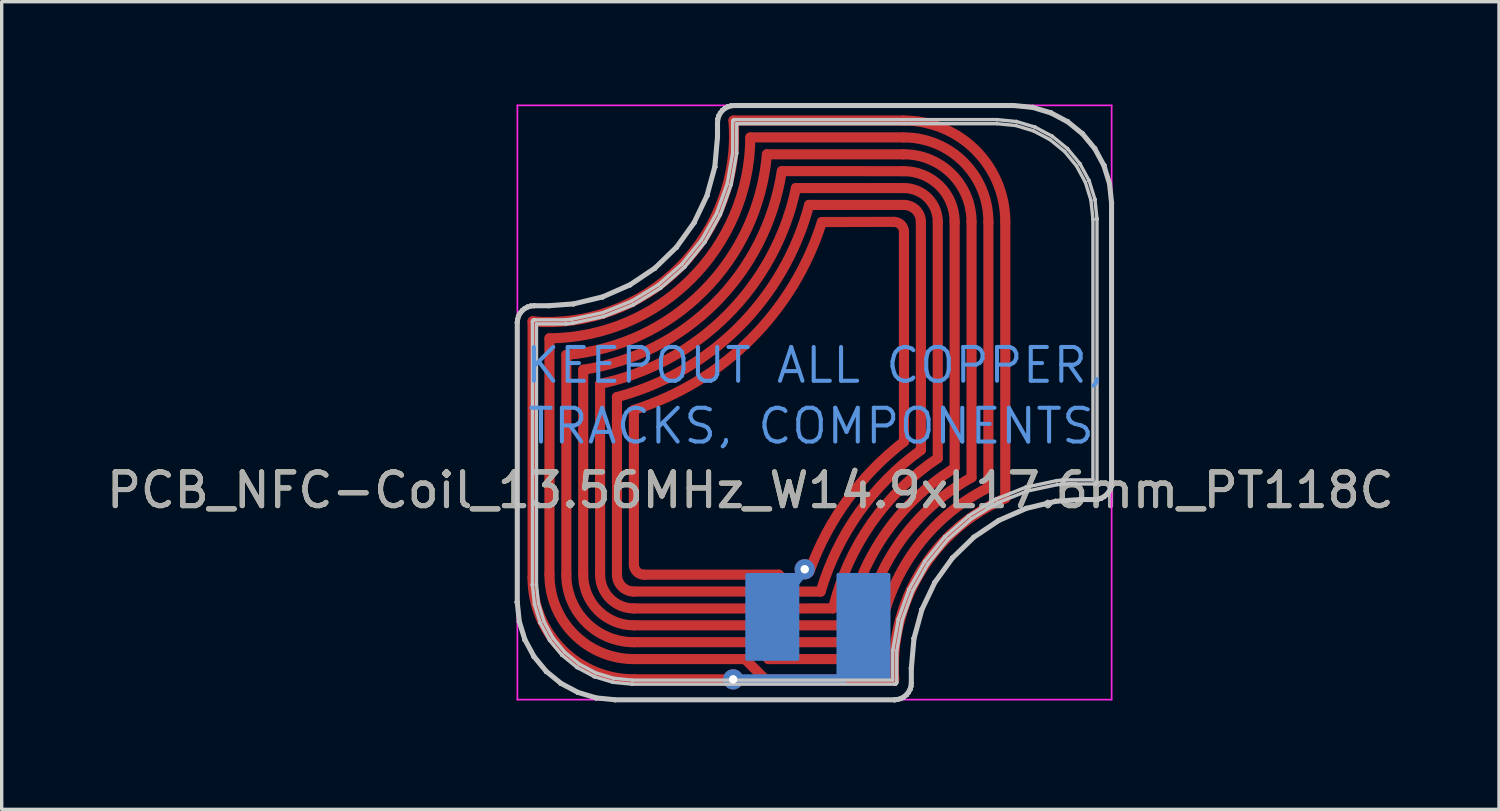
<source format=kicad_pcb>
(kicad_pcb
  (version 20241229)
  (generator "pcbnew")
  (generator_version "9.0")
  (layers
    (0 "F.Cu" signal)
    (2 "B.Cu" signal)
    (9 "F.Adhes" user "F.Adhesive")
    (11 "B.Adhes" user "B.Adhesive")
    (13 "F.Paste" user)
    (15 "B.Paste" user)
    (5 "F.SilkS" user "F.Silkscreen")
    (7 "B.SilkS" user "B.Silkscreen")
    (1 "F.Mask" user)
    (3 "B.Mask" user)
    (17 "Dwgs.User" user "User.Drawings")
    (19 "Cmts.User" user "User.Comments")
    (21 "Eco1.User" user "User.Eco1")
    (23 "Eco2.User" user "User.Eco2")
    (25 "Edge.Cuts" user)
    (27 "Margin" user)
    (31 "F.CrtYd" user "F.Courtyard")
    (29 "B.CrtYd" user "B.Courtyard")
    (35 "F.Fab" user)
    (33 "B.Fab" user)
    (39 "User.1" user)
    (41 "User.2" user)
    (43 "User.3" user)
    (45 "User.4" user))
  (footprint "PCB_NFC-Coil_13.56MHz_W14.9xL17.6mm_PT118C"
    (layer "F.Cu")
    (at 12.273 17.67)
    (property "Reference" "PCB_NFC-Coil_13.56MHz_W14.9xL17.6mm_PT118C" (at 6.9 -6.2 0) (unlocked yes) (layer "F.SilkS") (effects (font (size 1 1) (thickness 0.15))))
    (attr exclude_from_pos_files exclude_from_bom)
    (fp_line (start 0.45 -11.2) (end 0.45 -3.6) (stroke (width 0.3) (type solid)) (layer "F.Cu"))
    (fp_line (start 0.95 -10.7) (end 0.95 -3.7) (stroke (width 0.3) (type solid)) (layer "F.Cu"))
    (fp_line (start 1.45 -10.21) (end 1.45 -3.7) (stroke (width 0.3) (type solid)) (layer "F.Cu"))
    (fp_line (start 1.95 -9.77) (end 1.95 -3.7) (stroke (width 0.3) (type solid)) (layer "F.Cu"))
    (fp_line (start 2.45 -9.35) (end 2.45 -3.7) (stroke (width 0.3) (type solid)) (layer "F.Cu"))
    (fp_line (start 2.95 -8.96) (end 2.95 -3.7) (stroke (width 0.3) (type solid)) (layer "F.Cu"))
    (fp_line (start 3.45 -4) (end 3.45 -8.58) (stroke (width 0.3) (type solid)) (layer "F.Cu"))
    (fp_line (start 3.45 -0.6) (end 6.41 -0.6) (stroke (width 0.3) (type solid)) (layer "F.Cu"))
    (fp_line (start 6.74 -1.2) (end 3.472 -1.2) (stroke (width 0.3) (type solid)) (layer "F.Cu"))
    (fp_line (start 6.9 -16.65) (end 11.428 -16.65) (stroke (width 0.3) (type solid)) (layer "F.Cu"))
    (fp_line (start 6.94 -1.7) (end 3.467 -1.7) (stroke (width 0.3) (type solid)) (layer "F.Cu"))
    (fp_line (start 7.14 -2.2) (end 3.463 -2.2) (stroke (width 0.3) (type solid)) (layer "F.Cu"))
    (fp_line (start 7.34 -2.7) (end 3.459 -2.7) (stroke (width 0.3) (type solid)) (layer "F.Cu"))
    (fp_line (start 7.34 -0.6) (end 6.74 -1.2) (stroke (width 0.3) (type solid)) (layer "F.Cu"))
    (fp_line (start 7.34 -0.6) (end 11.16 -0.6) (stroke (width 0.3) (type solid)) (layer "F.Cu"))
    (fp_line (start 7.392 -16.15) (end 11.433 -16.15) (stroke (width 0.3) (type solid)) (layer "F.Cu"))
    (fp_line (start 7.44 -1.2) (end 6.94 -1.7) (stroke (width 0.3) (type solid)) (layer "F.Cu"))
    (fp_line (start 7.44 -1.2) (end 10.653 -1.2) (stroke (width 0.3) (type solid)) (layer "F.Cu"))
    (fp_line (start 7.54 -3.2) (end 3.45 -3.2) (stroke (width 0.3) (type solid)) (layer "F.Cu"))
    (fp_line (start 7.64 -1.7) (end 7.14 -2.2) (stroke (width 0.3) (type solid)) (layer "F.Cu"))
    (fp_line (start 7.64 -1.7) (end 10.19 -1.7) (stroke (width 0.3) (type solid)) (layer "F.Cu"))
    (fp_line (start 7.74 -3.7) (end 3.75 -3.7) (stroke (width 0.3) (type solid)) (layer "F.Cu"))
    (fp_line (start 7.836 -15.652) (end 11.437 -15.65) (stroke (width 0.3) (type solid)) (layer "F.Cu"))
    (fp_line (start 7.84 -2.2) (end 7.34 -2.7) (stroke (width 0.3) (type solid)) (layer "F.Cu"))
    (fp_line (start 7.84 -2.2) (end 9.767 -2.201) (stroke (width 0.3) (type solid)) (layer "F.Cu"))
    (fp_line (start 8.04 -2.7) (end 7.54 -3.2) (stroke (width 0.3) (type solid)) (layer "F.Cu"))
    (fp_line (start 8.04 -2.7) (end 9.348 -2.701) (stroke (width 0.3) (type solid)) (layer "F.Cu"))
    (fp_line (start 8.24 -3.2) (end 7.74 -3.7) (stroke (width 0.3) (type solid)) (layer "F.Cu"))
    (fp_line (start 8.24 -3.2) (end 8.982 -3.199) (stroke (width 0.3) (type solid)) (layer "F.Cu"))
    (fp_line (start 8.252 -15.15) (end 11.441 -15.15) (stroke (width 0.3) (type solid)) (layer "F.Cu"))
    (fp_line (start 8.646 -14.651) (end 11.45 -14.65) (stroke (width 0.3) (type solid)) (layer "F.Cu"))
    (fp_line (start 9.019 -14.144) (end 11.15 -14.15) (stroke (width 0.3) (type solid)) (layer "F.Cu"))
    (fp_line (start 11.45 -17.15) (end 6.4 -17.15) (stroke (width 0.3) (type solid)) (layer "F.Cu"))
    (fp_line (start 11.45 -13.85) (end 11.45 -7.64) (stroke (width 0.3) (type solid)) (layer "F.Cu"))
    (fp_line (start 11.95 -7.39) (end 11.95 -14.15) (stroke (width 0.3) (type solid)) (layer "F.Cu"))
    (fp_line (start 12.45 -7.15) (end 12.45 -14.15) (stroke (width 0.3) (type solid)) (layer "F.Cu"))
    (fp_line (start 12.95 -6.86) (end 12.95 -14.15) (stroke (width 0.3) (type solid)) (layer "F.Cu"))
    (fp_line (start 13.45 -6.58) (end 13.45 -14.15) (stroke (width 0.3) (type solid)) (layer "F.Cu"))
    (fp_line (start 13.95 -6.28) (end 13.95 -14.15) (stroke (width 0.3) (type solid)) (layer "F.Cu"))
    (fp_line (start 14.45 -5.963) (end 14.45 -14.15) (stroke (width 0.3) (type solid)) (layer "F.Cu"))
    (fp_arc (start 3.454365 -3.200019) (mid 3.097993 -3.344907) (end 2.95 -3.7) (stroke (width 0.3) (type solid)) (layer "F.Cu"))
    (fp_arc (start 3.45873 -2.700038) (mid 2.745986 -2.989813) (end 2.45 -3.7) (stroke (width 0.3) (type solid)) (layer "F.Cu"))
    (fp_arc (start 3.463095 -2.200057) (mid 2.39398 -2.63472) (end 1.95 -3.7) (stroke (width 0.3) (type solid)) (layer "F.Cu"))
    (fp_arc (start 3.467459 -1.700076) (mid 2.041973 -2.279627) (end 1.45 -3.7) (stroke (width 0.3) (type solid)) (layer "F.Cu"))
    (fp_arc (start 3.47182 -1.200095) (mid 1.689964 -1.924535) (end 0.95 -3.7) (stroke (width 0.3) (type solid)) (layer "F.Cu"))
    (fp_arc (start 3.47618 -0.600114) (mid 1.337956 -1.469444) (end 0.45 -3.6) (stroke (width 0.3) (type solid)) (layer "F.Cu"))
    (fp_arc (start 3.75 -3.7) (mid 3.537868 -3.787868) (end 3.45 -4) (stroke (width 0.3) (type solid)) (layer "F.Cu"))
    (fp_arc (start 6.4 -17.15) (mid 4.802083 -12.797917) (end 0.45 -11.2) (stroke (width 0.3) (type solid)) (layer "F.Cu"))
    (fp_arc (start 6.9 -16.649999) (mid 5.142788 -12.457212) (end 0.95 -10.7) (stroke (width 0.3) (type solid)) (layer "F.Cu"))
    (fp_arc (start 7.390045 -16.150537) (mid 5.505763 -12.094618) (end 1.45 -10.21) (stroke (width 0.3) (type solid)) (layer "F.Cu"))
    (fp_arc (start 7.830447 -15.652956) (mid 5.857235 -11.744879) (end 1.95 -9.77) (stroke (width 0.3) (type solid)) (layer "F.Cu"))
    (fp_arc (start 8.250001 -15.150004) (mid 6.211546 -11.388457) (end 2.45 -9.35) (stroke (width 0.3) (type solid)) (layer "F.Cu"))
    (fp_arc (start 8.640654 -14.652469) (mid 6.562621 -11.039185) (end 2.95 -8.96) (stroke (width 0.3) (type solid)) (layer "F.Cu"))
    (fp_arc (start 8.660106 -3.819962) (mid 9.782046 -5.929367) (end 11.45 -7.64) (stroke (width 0.3) (type solid)) (layer "F.Cu"))
    (fp_arc (start 8.981859 -3.199451) (mid 10.117948 -5.541199) (end 11.95 -7.39) (stroke (width 0.3) (type solid)) (layer "F.Cu"))
    (fp_arc (start 9.018199 -14.144271) (mid 6.916053 -10.6797) (end 3.45 -8.58) (stroke (width 0.3) (type solid)) (layer "F.Cu"))
    (fp_arc (start 9.347557 -2.70059) (mid 10.480095 -5.217231) (end 12.45 -7.15) (stroke (width 0.3) (type solid)) (layer "F.Cu"))
    (fp_arc (start 9.767224 -2.200508) (mid 10.86416 -4.868001) (end 12.95 -6.86) (stroke (width 0.3) (type solid)) (layer "F.Cu"))
    (fp_arc (start 10.192401 -1.699719) (mid 11.234256 -4.531647) (end 13.45 -6.58) (stroke (width 0.3) (type solid)) (layer "F.Cu"))
    (fp_arc (start 10.652819 -1.199882) (mid 11.607027 -4.190621) (end 13.95 -6.28) (stroke (width 0.3) (type solid)) (layer "F.Cu"))
    (fp_arc (start 11.15 -14.15) (mid 11.362132 -14.062132) (end 11.45 -13.85) (stroke (width 0.3) (type solid)) (layer "F.Cu"))
    (fp_arc (start 11.159614 -0.599975) (mid 11.952995 -3.804199) (end 14.45 -5.963244) (stroke (width 0.3) (type solid)) (layer "F.Cu"))
    (fp_arc (start 11.42382 -17.149886) (mid 13.562044 -16.280556) (end 14.45 -14.15) (stroke (width 0.3) (type solid)) (layer "F.Cu"))
    (fp_arc (start 11.42818 -16.649905) (mid 13.210036 -15.925465) (end 13.95 -14.15) (stroke (width 0.3) (type solid)) (layer "F.Cu"))
    (fp_arc (start 11.432541 -16.149924) (mid 12.858027 -15.570373) (end 13.45 -14.15) (stroke (width 0.3) (type solid)) (layer "F.Cu"))
    (fp_arc (start 11.436905 -15.649943) (mid 12.50602 -15.21528) (end 12.95 -14.15) (stroke (width 0.3) (type solid)) (layer "F.Cu"))
    (fp_arc (start 11.44127 -15.149962) (mid 12.154014 -14.860187) (end 12.45 -14.15) (stroke (width 0.3) (type solid)) (layer "F.Cu"))
    (fp_arc (start 11.445635 -14.649981) (mid 11.802007 -14.505093) (end 11.95 -14.15) (stroke (width 0.3) (type solid)) (layer "F.Cu"))
    (fp_line (start 6.4 -0.6) (end 9.6 -0.6) (stroke (width 0.3) (type solid)) (layer "B.Cu"))
    (fp_line (start 8.52 -3.86) (end 7.73 -2.91) (stroke (width 0.3) (type solid)) (layer "B.Cu"))
    (fp_line (start 9.6 -0.6) (end 10.6 -1.6) (stroke (width 0.3) (type solid)) (layer "B.Cu"))
    (fp_poly (pts (xy 8.3 -3.7) (xy 8.3 -1.2) (xy 6.8 -1.2) (xy 6.8 -3.7)) (stroke (width 0.1) (type solid)) (fill yes) (layer "B.Cu"))
    (fp_poly (pts (xy 11 -3.7) (xy 11 -0.6) (xy 9.5 -0.6) (xy 9.5 -3.7)) (stroke (width 0.1) (type solid)) (fill yes) (layer "B.Cu"))
    (fp_poly (pts (xy 8.3 -3.7) (xy 8.3 -1.2) (xy 6.8 -1.2) (xy 6.8 -3.7)) (stroke (width 0.1) (type solid)) (fill yes) (layer "B.Mask"))
    (fp_poly (pts (xy 11 -3.7) (xy 11 -0.6) (xy 9.5 -0.6) (xy 9.5 -3.7)) (stroke (width 0.1) (type solid)) (fill yes) (layer "B.Mask"))
    (fp_line (start -0.028 -11.167) (end -0.028 -11.168) (stroke (width 0.1) (type solid)) (layer "Dwgs.User"))
    (fp_line (start -0.028 -2.895) (end -0.028 -2.896) (stroke (width 0.1) (type solid)) (layer "Dwgs.User"))
    (fp_line (start -0.028 -2.896) (end -0.028 -11.167) (stroke (width 0.1) (type solid)) (layer "Dwgs.User"))
    (fp_line (start -0.028 -2.895) (end -0.028 -2.895) (stroke (width 0.1) (type solid)) (layer "Dwgs.User"))
    (fp_line (start -0.028 -2.894) (end -0.028 -2.895) (stroke (width 0.1) (type solid)) (layer "Dwgs.User"))
    (fp_line (start -0.028 -2.894) (end -0.028 -2.894) (stroke (width 0.1) (type solid)) (layer "Dwgs.User"))
    (fp_line (start -0.028 -2.875) (end -0.028 -2.894) (stroke (width 0.1) (type solid)) (layer "Dwgs.User"))
    (fp_line (start -0.028 -11.168) (end -0.028 -11.168) (stroke (width 0.1) (type solid)) (layer "Dwgs.User"))
    (fp_line (start -0.028 -11.168) (end -0.018 -11.265) (stroke (width 0.1) (type solid)) (layer "Dwgs.User"))
    (fp_line (start -0.028 -2.873) (end -0.028 -2.874) (stroke (width 0.1) (type solid)) (layer "Dwgs.User"))
    (fp_line (start -0.028 -2.874) (end -0.028 -2.875) (stroke (width 0.1) (type solid)) (layer "Dwgs.User"))
    (fp_line (start -0.028 -2.873) (end -0.028 -2.873) (stroke (width 0.1) (type solid)) (layer "Dwgs.User"))
    (fp_line (start -0.018 -11.265) (end -0.018 -11.265) (stroke (width 0.1) (type solid)) (layer "Dwgs.User"))
    (fp_line (start -0.018 -11.265) (end -0.018 -11.268) (stroke (width 0.1) (type solid)) (layer "Dwgs.User"))
    (fp_line (start -0.018 -11.268) (end -0.017 -11.27) (stroke (width 0.1) (type solid)) (layer "Dwgs.User"))
    (fp_line (start -0.017 -11.27) (end 0.011 -11.363) (stroke (width 0.1) (type solid)) (layer "Dwgs.User"))
    (fp_line (start 0.011 -11.363) (end 0.011 -11.364) (stroke (width 0.1) (type solid)) (layer "Dwgs.User"))
    (fp_line (start 0.011 -11.364) (end 0.012 -11.366) (stroke (width 0.1) (type solid)) (layer "Dwgs.User"))
    (fp_line (start 0.012 -11.366) (end 0.013 -11.368) (stroke (width 0.1) (type solid)) (layer "Dwgs.User"))
    (fp_line (start 0.013 -11.368) (end 0.058 -11.454) (stroke (width 0.1) (type solid)) (layer "Dwgs.User"))
    (fp_line (start 0.022 -11.164) (end 0.022 -2.895) (stroke (width 0.1) (type solid)) (layer "Dwgs.User"))
    (fp_line (start 0.022 -2.895) (end 0.022 -2.877) (stroke (width 0.1) (type solid)) (layer "Dwgs.User"))
    (fp_line (start 0.022 -2.877) (end 0.081 -2.317) (stroke (width 0.1) (type solid)) (layer "Dwgs.User"))
    (fp_line (start 0.031 -11.258) (end 0.022 -11.164) (stroke (width 0.1) (type solid)) (layer "Dwgs.User"))
    (fp_line (start 0.031 -2.31) (end -0.028 -2.873) (stroke (width 0.1) (type solid)) (layer "Dwgs.User"))
    (fp_line (start 0.032 -2.307) (end 0.031 -2.31) (stroke (width 0.1) (type solid)) (layer "Dwgs.User"))
    (fp_line (start 0.032 -2.305) (end 0.032 -2.307) (stroke (width 0.1) (type solid)) (layer "Dwgs.User"))
    (fp_line (start 0.032 -2.305) (end 0.032 -2.305) (stroke (width 0.1) (type solid)) (layer "Dwgs.User"))
    (fp_line (start 0.058 -11.346) (end 0.031 -11.258) (stroke (width 0.1) (type solid)) (layer "Dwgs.User"))
    (fp_line (start 0.058 -11.454) (end 0.059 -11.454) (stroke (width 0.1) (type solid)) (layer "Dwgs.User"))
    (fp_line (start 0.059 -11.454) (end 0.06 -11.456) (stroke (width 0.1) (type solid)) (layer "Dwgs.User"))
    (fp_line (start 0.06 -11.456) (end 0.061 -11.458) (stroke (width 0.1) (type solid)) (layer "Dwgs.User"))
    (fp_line (start 0.061 -11.458) (end 0.123 -11.534) (stroke (width 0.1) (type solid)) (layer "Dwgs.User"))
    (fp_line (start 0.081 -2.317) (end 0.247 -1.781) (stroke (width 0.1) (type solid)) (layer "Dwgs.User"))
    (fp_line (start 0.101 -11.428) (end 0.058 -11.346) (stroke (width 0.1) (type solid)) (layer "Dwgs.User"))
    (fp_line (start 0.123 -11.534) (end 0.123 -11.534) (stroke (width 0.1) (type solid)) (layer "Dwgs.User"))
    (fp_line (start 0.123 -11.534) (end 0.125 -11.535) (stroke (width 0.1) (type solid)) (layer "Dwgs.User"))
    (fp_line (start 0.125 -11.535) (end 0.126 -11.537) (stroke (width 0.1) (type solid)) (layer "Dwgs.User"))
    (fp_line (start 0.126 -11.537) (end 0.201 -11.599) (stroke (width 0.1) (type solid)) (layer "Dwgs.User"))
    (fp_line (start 0.16 -11.5) (end 0.101 -11.428) (stroke (width 0.1) (type solid)) (layer "Dwgs.User"))
    (fp_line (start 0.2 -1.764) (end 0.032 -2.305) (stroke (width 0.1) (type solid)) (layer "Dwgs.User"))
    (fp_line (start 0.201 -1.762) (end 0.2 -1.764) (stroke (width 0.1) (type solid)) (layer "Dwgs.User"))
    (fp_line (start 0.201 -1.76) (end 0.201 -1.762) (stroke (width 0.1) (type solid)) (layer "Dwgs.User"))
    (fp_line (start 0.201 -11.599) (end 0.202 -11.599) (stroke (width 0.1) (type solid)) (layer "Dwgs.User"))
    (fp_line (start 0.202 -1.76) (end 0.201 -1.76) (stroke (width 0.1) (type solid)) (layer "Dwgs.User"))
    (fp_line (start 0.202 -11.599) (end 0.204 -11.601) (stroke (width 0.1) (type solid)) (layer "Dwgs.User"))
    (fp_line (start 0.204 -11.601) (end 0.205 -11.602) (stroke (width 0.1) (type solid)) (layer "Dwgs.User"))
    (fp_line (start 0.205 -11.602) (end 0.291 -11.648) (stroke (width 0.1) (type solid)) (layer "Dwgs.User"))
    (fp_line (start 0.231 -11.559) (end 0.16 -11.5) (stroke (width 0.1) (type solid)) (layer "Dwgs.User"))
    (fp_line (start 0.247 -1.781) (end 0.514 -1.288) (stroke (width 0.1) (type solid)) (layer "Dwgs.User"))
    (fp_line (start 0.291 -11.648) (end 0.292 -11.649) (stroke (width 0.1) (type solid)) (layer "Dwgs.User"))
    (fp_line (start 0.292 -11.649) (end 0.294 -11.649) (stroke (width 0.1) (type solid)) (layer "Dwgs.User"))
    (fp_line (start 0.294 -11.649) (end 0.296 -11.65) (stroke (width 0.1) (type solid)) (layer "Dwgs.User"))
    (fp_line (start 0.296 -11.65) (end 0.389 -11.679) (stroke (width 0.1) (type solid)) (layer "Dwgs.User"))
    (fp_line (start 0.313 -11.603) (end 0.231 -11.559) (stroke (width 0.1) (type solid)) (layer "Dwgs.User"))
    (fp_line (start 0.389 -11.679) (end 0.389 -11.679) (stroke (width 0.1) (type solid)) (layer "Dwgs.User"))
    (fp_line (start 0.389 -11.679) (end 0.392 -11.68) (stroke (width 0.1) (type solid)) (layer "Dwgs.User"))
    (fp_line (start 0.392 -11.68) (end 0.394 -11.68) (stroke (width 0.1) (type solid)) (layer "Dwgs.User"))
    (fp_line (start 0.394 -11.68) (end 0.491 -11.69) (stroke (width 0.1) (type solid)) (layer "Dwgs.User"))
    (fp_line (start 0.401 -11.631) (end 0.313 -11.603) (stroke (width 0.1) (type solid)) (layer "Dwgs.User"))
    (fp_line (start 0.445 -11.187) (end 0.447 -11.199) (stroke (width 0.1) (type solid)) (layer "Dwgs.User"))
    (fp_line (start 0.446 -11.184) (end 0.445 -11.187) (stroke (width 0.1) (type solid)) (layer "Dwgs.User"))
    (fp_line (start 0.446 -3.417) (end 0.446 -3.417) (stroke (width 0.1) (type solid)) (layer "Dwgs.User"))
    (fp_line (start 0.446 -3.417) (end 0.446 -11.184) (stroke (width 0.1) (type solid)) (layer "Dwgs.User"))
    (fp_line (start 0.446 -3.416) (end 0.446 -3.417) (stroke (width 0.1) (type solid)) (layer "Dwgs.User"))
    (fp_line (start 0.446 -3.414) (end 0.446 -3.416) (stroke (width 0.1) (type solid)) (layer "Dwgs.User"))
    (fp_line (start 0.446 -3.414) (end 0.446 -3.414) (stroke (width 0.1) (type solid)) (layer "Dwgs.User"))
    (fp_line (start 0.446 -3.396) (end 0.446 -3.414) (stroke (width 0.1) (type solid)) (layer "Dwgs.User"))
    (fp_line (start 0.446 -3.391) (end 0.446 -3.394) (stroke (width 0.1) (type solid)) (layer "Dwgs.User"))
    (fp_line (start 0.446 -3.394) (end 0.446 -3.396) (stroke (width 0.1) (type solid)) (layer "Dwgs.User"))
    (fp_line (start 0.446 -3.39) (end 0.446 -3.391) (stroke (width 0.1) (type solid)) (layer "Dwgs.User"))
    (fp_line (start 0.447 -11.199) (end 0.45 -11.21) (stroke (width 0.1) (type solid)) (layer "Dwgs.User"))
    (fp_line (start 0.45 -11.21) (end 0.456 -11.22) (stroke (width 0.1) (type solid)) (layer "Dwgs.User"))
    (fp_line (start 0.456 -11.22) (end 0.463 -11.229) (stroke (width 0.1) (type solid)) (layer "Dwgs.User"))
    (fp_line (start 0.463 -11.229) (end 0.472 -11.237) (stroke (width 0.1) (type solid)) (layer "Dwgs.User"))
    (fp_line (start 0.471 -1.262) (end 0.202 -1.76) (stroke (width 0.1) (type solid)) (layer "Dwgs.User"))
    (fp_line (start 0.472 -1.26) (end 0.471 -1.262) (stroke (width 0.1) (type solid)) (layer "Dwgs.User"))
    (fp_line (start 0.472 -11.237) (end 0.483 -11.243) (stroke (width 0.1) (type solid)) (layer "Dwgs.User"))
    (fp_line (start 0.473 -1.258) (end 0.472 -1.26) (stroke (width 0.1) (type solid)) (layer "Dwgs.User"))
    (fp_line (start 0.473 -1.258) (end 0.473 -1.258) (stroke (width 0.1) (type solid)) (layer "Dwgs.User"))
    (fp_line (start 0.483 -11.243) (end 0.494 -11.246) (stroke (width 0.1) (type solid)) (layer "Dwgs.User"))
    (fp_line (start 0.491 -11.69) (end 0.491 -11.69) (stroke (width 0.1) (type solid)) (layer "Dwgs.User"))
    (fp_line (start 0.491 -11.69) (end 0.492 -11.69) (stroke (width 0.1) (type solid)) (layer "Dwgs.User"))
    (fp_line (start 0.492 -11.69) (end 0.493 -11.69) (stroke (width 0.1) (type solid)) (layer "Dwgs.User"))
    (fp_line (start 0.493 -11.69) (end 0.496 -11.69) (stroke (width 0.1) (type solid)) (layer "Dwgs.User"))
    (fp_line (start 0.494 -11.246) (end 0.503 -11.247) (stroke (width 0.1) (type solid)) (layer "Dwgs.User"))
    (fp_line (start 0.495 -11.64) (end 0.401 -11.631) (stroke (width 0.1) (type solid)) (layer "Dwgs.User"))
    (fp_line (start 0.496 -11.69) (end 0.496 -11.69) (stroke (width 0.1) (type solid)) (layer "Dwgs.User"))
    (fp_line (start 0.496 -11.69) (end 0.926 -11.69) (stroke (width 0.1) (type solid)) (layer "Dwgs.User"))
    (fp_line (start 0.497 -11.64) (end 0.495 -11.64) (stroke (width 0.1) (type solid)) (layer "Dwgs.User"))
    (fp_line (start 0.503 -11.247) (end 0.506 -11.247) (stroke (width 0.1) (type solid)) (layer "Dwgs.User"))
    (fp_line (start 0.505 -2.828) (end 0.446 -3.39) (stroke (width 0.1) (type solid)) (layer "Dwgs.User"))
    (fp_line (start 0.506 -11.247) (end 0.509 -11.247) (stroke (width 0.1) (type solid)) (layer "Dwgs.User"))
    (fp_line (start 0.506 -2.822) (end 0.505 -2.828) (stroke (width 0.1) (type solid)) (layer "Dwgs.User"))
    (fp_line (start 0.507 -2.817) (end 0.506 -2.822) (stroke (width 0.1) (type solid)) (layer "Dwgs.User"))
    (fp_line (start 0.508 -2.816) (end 0.507 -2.817) (stroke (width 0.1) (type solid)) (layer "Dwgs.User"))
    (fp_line (start 0.509 -11.247) (end 1.432 -11.247) (stroke (width 0.1) (type solid)) (layer "Dwgs.User"))
    (fp_line (start 0.514 -1.288) (end 0.871 -0.855) (stroke (width 0.1) (type solid)) (layer "Dwgs.User"))
    (fp_line (start 0.566 -11.127) (end 0.566 -3.417) (stroke (width 0.1) (type solid)) (layer "Dwgs.User"))
    (fp_line (start 0.566 -3.417) (end 0.566 -3.4) (stroke (width 0.1) (type solid)) (layer "Dwgs.User"))
    (fp_line (start 0.566 -3.4) (end 0.624 -2.846) (stroke (width 0.1) (type solid)) (layer "Dwgs.User"))
    (fp_line (start 0.624 -2.846) (end 0.788 -2.316) (stroke (width 0.1) (type solid)) (layer "Dwgs.User"))
    (fp_line (start 0.675 -2.275) (end 0.508 -2.816) (stroke (width 0.1) (type solid)) (layer "Dwgs.User"))
    (fp_line (start 0.677 -2.27) (end 0.675 -2.275) (stroke (width 0.1) (type solid)) (layer "Dwgs.User"))
    (fp_line (start 0.679 -2.265) (end 0.677 -2.27) (stroke (width 0.1) (type solid)) (layer "Dwgs.User"))
    (fp_line (start 0.68 -2.265) (end 0.679 -2.265) (stroke (width 0.1) (type solid)) (layer "Dwgs.User"))
    (fp_line (start 0.68 -2.265) (end 0.68 -2.265) (stroke (width 0.1) (type solid)) (layer "Dwgs.User"))
    (fp_line (start 0.68 -2.265) (end 0.68 -2.265) (stroke (width 0.1) (type solid)) (layer "Dwgs.User"))
    (fp_line (start 0.788 -2.316) (end 1.051 -1.829) (stroke (width 0.1) (type solid)) (layer "Dwgs.User"))
    (fp_line (start 0.834 -0.822) (end 0.473 -1.258) (stroke (width 0.1) (type solid)) (layer "Dwgs.User"))
    (fp_line (start 0.836 -0.82) (end 0.834 -0.822) (stroke (width 0.1) (type solid)) (layer "Dwgs.User"))
    (fp_line (start 0.837 -0.818) (end 0.836 -0.82) (stroke (width 0.1) (type solid)) (layer "Dwgs.User"))
    (fp_line (start 0.838 -0.818) (end 0.837 -0.818) (stroke (width 0.1) (type solid)) (layer "Dwgs.User"))
    (fp_line (start 0.871 -0.855) (end 1.306 -0.501) (stroke (width 0.1) (type solid)) (layer "Dwgs.User"))
    (fp_line (start 0.926 -11.69) (end 1.654 -11.744) (stroke (width 0.1) (type solid)) (layer "Dwgs.User"))
    (fp_line (start 0.928 -11.64) (end 0.497 -11.64) (stroke (width 0.1) (type solid)) (layer "Dwgs.User"))
    (fp_line (start 0.929 -11.64) (end 0.928 -11.64) (stroke (width 0.1) (type solid)) (layer "Dwgs.User"))
    (fp_line (start 0.949 -1.767) (end 0.68 -2.265) (stroke (width 0.1) (type solid)) (layer "Dwgs.User"))
    (fp_line (start 0.952 -1.762) (end 0.949 -1.767) (stroke (width 0.1) (type solid)) (layer "Dwgs.User"))
    (fp_line (start 0.955 -1.758) (end 0.952 -1.762) (stroke (width 0.1) (type solid)) (layer "Dwgs.User"))
    (fp_line (start 0.955 -1.757) (end 0.955 -1.758) (stroke (width 0.1) (type solid)) (layer "Dwgs.User"))
    (fp_line (start 1.051 -1.829) (end 1.405 -1.402) (stroke (width 0.1) (type solid)) (layer "Dwgs.User"))
    (fp_line (start 1.276 -0.461) (end 0.838 -0.818) (stroke (width 0.1) (type solid)) (layer "Dwgs.User"))
    (fp_line (start 1.278 -0.459) (end 1.276 -0.461) (stroke (width 0.1) (type solid)) (layer "Dwgs.User"))
    (fp_line (start 1.28 -0.458) (end 1.278 -0.459) (stroke (width 0.1) (type solid)) (layer "Dwgs.User"))
    (fp_line (start 1.28 -0.458) (end 1.28 -0.458) (stroke (width 0.1) (type solid)) (layer "Dwgs.User"))
    (fp_line (start 1.306 -0.501) (end 1.801 -0.237) (stroke (width 0.1) (type solid)) (layer "Dwgs.User"))
    (fp_line (start 1.316 -1.321) (end 0.955 -1.757) (stroke (width 0.1) (type solid)) (layer "Dwgs.User"))
    (fp_line (start 1.32 -1.317) (end 1.316 -1.321) (stroke (width 0.1) (type solid)) (layer "Dwgs.User"))
    (fp_line (start 1.324 -1.313) (end 1.32 -1.317) (stroke (width 0.1) (type solid)) (layer "Dwgs.User"))
    (fp_line (start 1.324 -1.313) (end 1.324 -1.313) (stroke (width 0.1) (type solid)) (layer "Dwgs.User"))
    (fp_line (start 1.405 -1.402) (end 1.834 -1.052) (stroke (width 0.1) (type solid)) (layer "Dwgs.User"))
    (fp_line (start 1.432 -11.247) (end 1.619 -11.267) (stroke (width 0.1) (type solid)) (layer "Dwgs.User"))
    (fp_line (start 1.439 -11.127) (end 0.566 -11.127) (stroke (width 0.1) (type solid)) (layer "Dwgs.User"))
    (fp_line (start 1.447 -11.128) (end 1.439 -11.127) (stroke (width 0.1) (type solid)) (layer "Dwgs.User"))
    (fp_line (start 1.448 -11.128) (end 1.447 -11.128) (stroke (width 0.1) (type solid)) (layer "Dwgs.User"))
    (fp_line (start 1.619 -11.267) (end 2.524 -11.46) (stroke (width 0.1) (type solid)) (layer "Dwgs.User"))
    (fp_line (start 1.635 -11.148) (end 1.448 -11.128) (stroke (width 0.1) (type solid)) (layer "Dwgs.User"))
    (fp_line (start 1.635 -11.148) (end 1.635 -11.148) (stroke (width 0.1) (type solid)) (layer "Dwgs.User"))
    (fp_line (start 1.635 -11.148) (end 1.635 -11.148) (stroke (width 0.1) (type solid)) (layer "Dwgs.User"))
    (fp_line (start 1.641 -11.149) (end 1.635 -11.148) (stroke (width 0.1) (type solid)) (layer "Dwgs.User"))
    (fp_line (start 1.654 -11.744) (end 2.514 -11.95) (stroke (width 0.1) (type solid)) (layer "Dwgs.User"))
    (fp_line (start 1.659 -11.694) (end 0.929 -11.64) (stroke (width 0.1) (type solid)) (layer "Dwgs.User"))
    (fp_line (start 1.66 -11.694) (end 1.659 -11.694) (stroke (width 0.1) (type solid)) (layer "Dwgs.User"))
    (fp_line (start 1.66 -11.694) (end 1.66 -11.694) (stroke (width 0.1) (type solid)) (layer "Dwgs.User"))
    (fp_line (start 1.663 -11.695) (end 1.66 -11.694) (stroke (width 0.1) (type solid)) (layer "Dwgs.User"))
    (fp_line (start 1.763 -0.955) (end 1.324 -1.313) (stroke (width 0.1) (type solid)) (layer "Dwgs.User"))
    (fp_line (start 1.767 -0.952) (end 1.763 -0.955) (stroke (width 0.1) (type solid)) (layer "Dwgs.User"))
    (fp_line (start 1.772 -0.949) (end 1.767 -0.952) (stroke (width 0.1) (type solid)) (layer "Dwgs.User"))
    (fp_line (start 1.773 -0.948) (end 1.772 -0.949) (stroke (width 0.1) (type solid)) (layer "Dwgs.User"))
    (fp_line (start 1.78 -0.192) (end 1.28 -0.458) (stroke (width 0.1) (type solid)) (layer "Dwgs.User"))
    (fp_line (start 1.782 -0.191) (end 1.78 -0.192) (stroke (width 0.1) (type solid)) (layer "Dwgs.User"))
    (fp_line (start 1.784 -0.19) (end 1.782 -0.191) (stroke (width 0.1) (type solid)) (layer "Dwgs.User"))
    (fp_line (start 1.785 -0.19) (end 1.784 -0.19) (stroke (width 0.1) (type solid)) (layer "Dwgs.User"))
    (fp_line (start 1.801 -0.237) (end 2.339 -0.075) (stroke (width 0.1) (type solid)) (layer "Dwgs.User"))
    (fp_line (start 1.834 -1.052) (end 2.324 -0.791) (stroke (width 0.1) (type solid)) (layer "Dwgs.User"))
    (fp_line (start 2.272 -0.683) (end 1.773 -0.948) (stroke (width 0.1) (type solid)) (layer "Dwgs.User"))
    (fp_line (start 2.277 -0.681) (end 2.272 -0.683) (stroke (width 0.1) (type solid)) (layer "Dwgs.User"))
    (fp_line (start 2.282 -0.679) (end 2.277 -0.681) (stroke (width 0.1) (type solid)) (layer "Dwgs.User"))
    (fp_line (start 2.283 -0.678) (end 2.282 -0.679) (stroke (width 0.1) (type solid)) (layer "Dwgs.User"))
    (fp_line (start 2.324 -0.791) (end 2.854 -0.631) (stroke (width 0.1) (type solid)) (layer "Dwgs.User"))
    (fp_line (start 2.326 -0.027) (end 1.785 -0.19) (stroke (width 0.1) (type solid)) (layer "Dwgs.User"))
    (fp_line (start 2.329 -0.026) (end 2.326 -0.027) (stroke (width 0.1) (type solid)) (layer "Dwgs.User"))
    (fp_line (start 2.331 -0.026) (end 2.329 -0.026) (stroke (width 0.1) (type solid)) (layer "Dwgs.User"))
    (fp_line (start 2.331 -0.026) (end 2.331 -0.026) (stroke (width 0.1) (type solid)) (layer "Dwgs.User"))
    (fp_line (start 2.339 -0.075) (end 2.898 -0.02) (stroke (width 0.1) (type solid)) (layer "Dwgs.User"))
    (fp_line (start 2.514 -11.95) (end 3.324 -12.306) (stroke (width 0.1) (type solid)) (layer "Dwgs.User"))
    (fp_line (start 2.524 -11.46) (end 3.382 -11.803) (stroke (width 0.1) (type solid)) (layer "Dwgs.User"))
    (fp_line (start 2.528 -11.902) (end 1.663 -11.695) (stroke (width 0.1) (type solid)) (layer "Dwgs.User"))
    (fp_line (start 2.528 -11.902) (end 2.528 -11.902) (stroke (width 0.1) (type solid)) (layer "Dwgs.User"))
    (fp_line (start 2.529 -11.903) (end 2.528 -11.902) (stroke (width 0.1) (type solid)) (layer "Dwgs.User"))
    (fp_line (start 2.532 -11.904) (end 2.529 -11.903) (stroke (width 0.1) (type solid)) (layer "Dwgs.User"))
    (fp_line (start 2.554 -11.344) (end 1.641 -11.149) (stroke (width 0.1) (type solid)) (layer "Dwgs.User"))
    (fp_line (start 2.556 -11.345) (end 2.554 -11.344) (stroke (width 0.1) (type solid)) (layer "Dwgs.User"))
    (fp_line (start 2.559 -11.345) (end 2.556 -11.345) (stroke (width 0.1) (type solid)) (layer "Dwgs.User"))
    (fp_line (start 2.564 -11.347) (end 2.559 -11.345) (stroke (width 0.1) (type solid)) (layer "Dwgs.User"))
    (fp_line (start 2.825 -0.515) (end 2.283 -0.678) (stroke (width 0.1) (type solid)) (layer "Dwgs.User"))
    (fp_line (start 2.83 -0.514) (end 2.825 -0.515) (stroke (width 0.1) (type solid)) (layer "Dwgs.User"))
    (fp_line (start 2.836 -0.513) (end 2.83 -0.514) (stroke (width 0.1) (type solid)) (layer "Dwgs.User"))
    (fp_line (start 2.837 -0.512) (end 2.836 -0.513) (stroke (width 0.1) (type solid)) (layer "Dwgs.User"))
    (fp_line (start 2.854 -0.631) (end 3.409 -0.577) (stroke (width 0.1) (type solid)) (layer "Dwgs.User"))
    (fp_line (start 2.895 0.029) (end 2.331 -0.026) (stroke (width 0.1) (type solid)) (layer "Dwgs.User"))
    (fp_line (start 2.895 0.029) (end 2.895 0.029) (stroke (width 0.1) (type solid)) (layer "Dwgs.User"))
    (fp_line (start 2.896 0.03) (end 2.895 0.029) (stroke (width 0.1) (type solid)) (layer "Dwgs.User"))
    (fp_line (start 2.898 -0.02) (end 11.167 -0.02) (stroke (width 0.1) (type solid)) (layer "Dwgs.User"))
    (fp_line (start 3.324 -12.306) (end 4.058 -12.799) (stroke (width 0.1) (type solid)) (layer "Dwgs.User"))
    (fp_line (start 3.346 -12.261) (end 2.532 -11.904) (stroke (width 0.1) (type solid)) (layer "Dwgs.User"))
    (fp_line (start 3.346 -12.261) (end 3.346 -12.261) (stroke (width 0.1) (type solid)) (layer "Dwgs.User"))
    (fp_line (start 3.347 -12.262) (end 3.346 -12.261) (stroke (width 0.1) (type solid)) (layer "Dwgs.User"))
    (fp_line (start 3.35 -12.263) (end 3.347 -12.262) (stroke (width 0.1) (type solid)) (layer "Dwgs.User"))
    (fp_line (start 3.382 -11.803) (end 4.17 -12.285) (stroke (width 0.1) (type solid)) (layer "Dwgs.User"))
    (fp_line (start 3.4 -0.457) (end 2.837 -0.512) (stroke (width 0.1) (type solid)) (layer "Dwgs.User"))
    (fp_line (start 3.4 -0.457) (end 3.4 -0.457) (stroke (width 0.1) (type solid)) (layer "Dwgs.User"))
    (fp_line (start 3.403 -0.457) (end 3.4 -0.457) (stroke (width 0.1) (type solid)) (layer "Dwgs.User"))
    (fp_line (start 3.409 -0.577) (end 11.116 -0.577) (stroke (width 0.1) (type solid)) (layer "Dwgs.User"))
    (fp_line (start 3.431 -11.693) (end 2.564 -11.347) (stroke (width 0.1) (type solid)) (layer "Dwgs.User"))
    (fp_line (start 3.433 -11.694) (end 3.431 -11.693) (stroke (width 0.1) (type solid)) (layer "Dwgs.User"))
    (fp_line (start 3.435 -11.695) (end 3.433 -11.694) (stroke (width 0.1) (type solid)) (layer "Dwgs.User"))
    (fp_line (start 3.44 -11.698) (end 3.435 -11.695) (stroke (width 0.1) (type solid)) (layer "Dwgs.User"))
    (fp_line (start 4.058 -12.799) (end 4.693 -13.415) (stroke (width 0.1) (type solid)) (layer "Dwgs.User"))
    (fp_line (start 4.088 -12.759) (end 3.35 -12.263) (stroke (width 0.1) (type solid)) (layer "Dwgs.User"))
    (fp_line (start 4.088 -12.759) (end 4.088 -12.759) (stroke (width 0.1) (type solid)) (layer "Dwgs.User"))
    (fp_line (start 4.089 -12.76) (end 4.088 -12.759) (stroke (width 0.1) (type solid)) (layer "Dwgs.User"))
    (fp_line (start 4.091 -12.762) (end 4.089 -12.76) (stroke (width 0.1) (type solid)) (layer "Dwgs.User"))
    (fp_line (start 4.17 -12.285) (end 4.865 -12.893) (stroke (width 0.1) (type solid)) (layer "Dwgs.User"))
    (fp_line (start 4.237 -12.185) (end 3.44 -11.698) (stroke (width 0.1) (type solid)) (layer "Dwgs.User"))
    (fp_line (start 4.239 -12.187) (end 4.237 -12.185) (stroke (width 0.1) (type solid)) (layer "Dwgs.User"))
    (fp_line (start 4.241 -12.188) (end 4.239 -12.187) (stroke (width 0.1) (type solid)) (layer "Dwgs.User"))
    (fp_line (start 4.245 -12.191) (end 4.241 -12.188) (stroke (width 0.1) (type solid)) (layer "Dwgs.User"))
    (fp_line (start 4.693 -13.415) (end 5.209 -14.133) (stroke (width 0.1) (type solid)) (layer "Dwgs.User"))
    (fp_line (start 4.729 -13.38) (end 4.091 -12.762) (stroke (width 0.1) (type solid)) (layer "Dwgs.User"))
    (fp_line (start 4.73 -13.381) (end 4.729 -13.38) (stroke (width 0.1) (type solid)) (layer "Dwgs.User"))
    (fp_line (start 4.73 -13.382) (end 4.73 -13.381) (stroke (width 0.1) (type solid)) (layer "Dwgs.User"))
    (fp_line (start 4.732 -13.384) (end 4.73 -13.382) (stroke (width 0.1) (type solid)) (layer "Dwgs.User"))
    (fp_line (start 4.865 -12.893) (end 5.449 -13.609) (stroke (width 0.1) (type solid)) (layer "Dwgs.User"))
    (fp_line (start 4.948 -12.806) (end 4.245 -12.191) (stroke (width 0.1) (type solid)) (layer "Dwgs.User"))
    (fp_line (start 4.95 -12.807) (end 4.948 -12.806) (stroke (width 0.1) (type solid)) (layer "Dwgs.User"))
    (fp_line (start 4.952 -12.809) (end 4.95 -12.807) (stroke (width 0.1) (type solid)) (layer "Dwgs.User"))
    (fp_line (start 4.955 -12.813) (end 4.952 -12.809) (stroke (width 0.1) (type solid)) (layer "Dwgs.User"))
    (fp_line (start 5.209 -14.133) (end 5.59 -14.931) (stroke (width 0.1) (type solid)) (layer "Dwgs.User"))
    (fp_line (start 5.251 -14.106) (end 4.732 -13.384) (stroke (width 0.1) (type solid)) (layer "Dwgs.User"))
    (fp_line (start 5.251 -14.106) (end 5.251 -14.106) (stroke (width 0.1) (type solid)) (layer "Dwgs.User"))
    (fp_line (start 5.252 -14.107) (end 5.251 -14.106) (stroke (width 0.1) (type solid)) (layer "Dwgs.User"))
    (fp_line (start 5.253 -14.109) (end 5.252 -14.107) (stroke (width 0.1) (type solid)) (layer "Dwgs.User"))
    (fp_line (start 5.449 -13.609) (end 5.903 -14.414) (stroke (width 0.1) (type solid)) (layer "Dwgs.User"))
    (fp_line (start 5.545 -13.537) (end 4.955 -12.813) (stroke (width 0.1) (type solid)) (layer "Dwgs.User"))
    (fp_line (start 5.546 -13.539) (end 5.545 -13.537) (stroke (width 0.1) (type solid)) (layer "Dwgs.User"))
    (fp_line (start 5.548 -13.541) (end 5.546 -13.539) (stroke (width 0.1) (type solid)) (layer "Dwgs.User"))
    (fp_line (start 5.551 -13.546) (end 5.548 -13.541) (stroke (width 0.1) (type solid)) (layer "Dwgs.User"))
    (fp_line (start 5.59 -14.931) (end 5.823 -15.784) (stroke (width 0.1) (type solid)) (layer "Dwgs.User"))
    (fp_line (start 5.636 -14.912) (end 5.253 -14.109) (stroke (width 0.1) (type solid)) (layer "Dwgs.User"))
    (fp_line (start 5.636 -14.912) (end 5.636 -14.912) (stroke (width 0.1) (type solid)) (layer "Dwgs.User"))
    (fp_line (start 5.637 -14.913) (end 5.636 -14.912) (stroke (width 0.1) (type solid)) (layer "Dwgs.User"))
    (fp_line (start 5.637 -14.916) (end 5.637 -14.913) (stroke (width 0.1) (type solid)) (layer "Dwgs.User"))
    (fp_line (start 5.823 -15.784) (end 5.902 -16.666) (stroke (width 0.1) (type solid)) (layer "Dwgs.User"))
    (fp_line (start 5.872 -15.773) (end 5.637 -14.916) (stroke (width 0.1) (type solid)) (layer "Dwgs.User"))
    (fp_line (start 5.872 -15.774) (end 5.872 -15.773) (stroke (width 0.1) (type solid)) (layer "Dwgs.User"))
    (fp_line (start 5.872 -15.775) (end 5.872 -15.774) (stroke (width 0.1) (type solid)) (layer "Dwgs.User"))
    (fp_line (start 5.873 -15.778) (end 5.872 -15.775) (stroke (width 0.1) (type solid)) (layer "Dwgs.User"))
    (fp_line (start 5.902 -17.097) (end 5.902 -17.098) (stroke (width 0.1) (type solid)) (layer "Dwgs.User"))
    (fp_line (start 5.902 -16.666) (end 5.902 -17.097) (stroke (width 0.1) (type solid)) (layer "Dwgs.User"))
    (fp_line (start 5.902 -17.098) (end 5.902 -17.098) (stroke (width 0.1) (type solid)) (layer "Dwgs.User"))
    (fp_line (start 5.902 -17.098) (end 5.912 -17.195) (stroke (width 0.1) (type solid)) (layer "Dwgs.User"))
    (fp_line (start 5.903 -14.414) (end 6.215 -15.283) (stroke (width 0.1) (type solid)) (layer "Dwgs.User"))
    (fp_line (start 5.912 -17.195) (end 5.912 -17.195) (stroke (width 0.1) (type solid)) (layer "Dwgs.User"))
    (fp_line (start 5.912 -17.195) (end 5.912 -17.198) (stroke (width 0.1) (type solid)) (layer "Dwgs.User"))
    (fp_line (start 5.912 -17.198) (end 5.913 -17.2) (stroke (width 0.1) (type solid)) (layer "Dwgs.User"))
    (fp_line (start 5.913 -17.2) (end 5.941 -17.293) (stroke (width 0.1) (type solid)) (layer "Dwgs.User"))
    (fp_line (start 5.941 -17.293) (end 5.941 -17.294) (stroke (width 0.1) (type solid)) (layer "Dwgs.User"))
    (fp_line (start 5.941 -17.294) (end 5.942 -17.296) (stroke (width 0.1) (type solid)) (layer "Dwgs.User"))
    (fp_line (start 5.942 -17.296) (end 5.943 -17.298) (stroke (width 0.1) (type solid)) (layer "Dwgs.User"))
    (fp_line (start 5.943 -17.298) (end 5.988 -17.384) (stroke (width 0.1) (type solid)) (layer "Dwgs.User"))
    (fp_line (start 5.952 -16.663) (end 5.873 -15.778) (stroke (width 0.1) (type solid)) (layer "Dwgs.User"))
    (fp_line (start 5.952 -16.663) (end 5.952 -16.663) (stroke (width 0.1) (type solid)) (layer "Dwgs.User"))
    (fp_line (start 5.952 -17.094) (end 5.952 -16.664) (stroke (width 0.1) (type solid)) (layer "Dwgs.User"))
    (fp_line (start 5.952 -16.664) (end 5.952 -16.663) (stroke (width 0.1) (type solid)) (layer "Dwgs.User"))
    (fp_line (start 5.961 -17.188) (end 5.952 -17.094) (stroke (width 0.1) (type solid)) (layer "Dwgs.User"))
    (fp_line (start 5.988 -17.276) (end 5.961 -17.188) (stroke (width 0.1) (type solid)) (layer "Dwgs.User"))
    (fp_line (start 5.988 -17.384) (end 5.989 -17.384) (stroke (width 0.1) (type solid)) (layer "Dwgs.User"))
    (fp_line (start 5.989 -17.384) (end 5.99 -17.386) (stroke (width 0.1) (type solid)) (layer "Dwgs.User"))
    (fp_line (start 5.99 -17.386) (end 5.991 -17.388) (stroke (width 0.1) (type solid)) (layer "Dwgs.User"))
    (fp_line (start 5.991 -17.388) (end 6.053 -17.463) (stroke (width 0.1) (type solid)) (layer "Dwgs.User"))
    (fp_line (start 6.01 -14.359) (end 5.551 -13.546) (stroke (width 0.1) (type solid)) (layer "Dwgs.User"))
    (fp_line (start 6.011 -14.361) (end 6.01 -14.359) (stroke (width 0.1) (type solid)) (layer "Dwgs.User"))
    (fp_line (start 6.012 -14.363) (end 6.011 -14.361) (stroke (width 0.1) (type solid)) (layer "Dwgs.User"))
    (fp_line (start 6.014 -14.368) (end 6.012 -14.363) (stroke (width 0.1) (type solid)) (layer "Dwgs.User"))
    (fp_line (start 6.031 -17.358) (end 5.988 -17.276) (stroke (width 0.1) (type solid)) (layer "Dwgs.User"))
    (fp_line (start 6.053 -17.463) (end 6.053 -17.464) (stroke (width 0.1) (type solid)) (layer "Dwgs.User"))
    (fp_line (start 6.053 -17.464) (end 6.055 -17.465) (stroke (width 0.1) (type solid)) (layer "Dwgs.User"))
    (fp_line (start 6.055 -17.465) (end 6.056 -17.467) (stroke (width 0.1) (type solid)) (layer "Dwgs.User"))
    (fp_line (start 6.056 -17.467) (end 6.131 -17.529) (stroke (width 0.1) (type solid)) (layer "Dwgs.User"))
    (fp_line (start 6.09 -17.43) (end 6.031 -17.358) (stroke (width 0.1) (type solid)) (layer "Dwgs.User"))
    (fp_line (start 6.131 -17.529) (end 6.132 -17.529) (stroke (width 0.1) (type solid)) (layer "Dwgs.User"))
    (fp_line (start 6.132 -17.529) (end 6.134 -17.531) (stroke (width 0.1) (type solid)) (layer "Dwgs.User"))
    (fp_line (start 6.134 -17.531) (end 6.135 -17.532) (stroke (width 0.1) (type solid)) (layer "Dwgs.User"))
    (fp_line (start 6.135 -17.532) (end 6.221 -17.578) (stroke (width 0.1) (type solid)) (layer "Dwgs.User"))
    (fp_line (start 6.161 -17.489) (end 6.09 -17.43) (stroke (width 0.1) (type solid)) (layer "Dwgs.User"))
    (fp_line (start 6.215 -15.283) (end 6.376 -16.192) (stroke (width 0.1) (type solid)) (layer "Dwgs.User"))
    (fp_line (start 6.221 -17.578) (end 6.222 -17.578) (stroke (width 0.1) (type solid)) (layer "Dwgs.User"))
    (fp_line (start 6.222 -17.578) (end 6.224 -17.579) (stroke (width 0.1) (type solid)) (layer "Dwgs.User"))
    (fp_line (start 6.224 -17.579) (end 6.226 -17.58) (stroke (width 0.1) (type solid)) (layer "Dwgs.User"))
    (fp_line (start 6.226 -17.58) (end 6.319 -17.609) (stroke (width 0.1) (type solid)) (layer "Dwgs.User"))
    (fp_line (start 6.243 -17.533) (end 6.161 -17.489) (stroke (width 0.1) (type solid)) (layer "Dwgs.User"))
    (fp_line (start 6.319 -17.609) (end 6.319 -17.609) (stroke (width 0.1) (type solid)) (layer "Dwgs.User"))
    (fp_line (start 6.319 -17.609) (end 6.322 -17.61) (stroke (width 0.1) (type solid)) (layer "Dwgs.User"))
    (fp_line (start 6.322 -17.61) (end 6.324 -17.61) (stroke (width 0.1) (type solid)) (layer "Dwgs.User"))
    (fp_line (start 6.324 -17.61) (end 6.421 -17.62) (stroke (width 0.1) (type solid)) (layer "Dwgs.User"))
    (fp_line (start 6.329 -15.247) (end 6.014 -14.368) (stroke (width 0.1) (type solid)) (layer "Dwgs.User"))
    (fp_line (start 6.33 -15.249) (end 6.329 -15.247) (stroke (width 0.1) (type solid)) (layer "Dwgs.User"))
    (fp_line (start 6.331 -15.251) (end 6.33 -15.249) (stroke (width 0.1) (type solid)) (layer "Dwgs.User"))
    (fp_line (start 6.331 -17.561) (end 6.243 -17.533) (stroke (width 0.1) (type solid)) (layer "Dwgs.User"))
    (fp_line (start 6.332 -15.257) (end 6.331 -15.251) (stroke (width 0.1) (type solid)) (layer "Dwgs.User"))
    (fp_line (start 6.375 -17.117) (end 6.377 -17.129) (stroke (width 0.1) (type solid)) (layer "Dwgs.User"))
    (fp_line (start 6.376 -17.114) (end 6.375 -17.117) (stroke (width 0.1) (type solid)) (layer "Dwgs.User"))
    (fp_line (start 6.376 -16.192) (end 6.376 -17.114) (stroke (width 0.1) (type solid)) (layer "Dwgs.User"))
    (fp_line (start 6.377 -17.129) (end 6.38 -17.14) (stroke (width 0.1) (type solid)) (layer "Dwgs.User"))
    (fp_line (start 6.38 -17.14) (end 6.386 -17.15) (stroke (width 0.1) (type solid)) (layer "Dwgs.User"))
    (fp_line (start 6.386 -17.15) (end 6.393 -17.16) (stroke (width 0.1) (type solid)) (layer "Dwgs.User"))
    (fp_line (start 6.393 -17.16) (end 6.402 -17.167) (stroke (width 0.1) (type solid)) (layer "Dwgs.User"))
    (fp_line (start 6.402 -17.167) (end 6.413 -17.173) (stroke (width 0.1) (type solid)) (layer "Dwgs.User"))
    (fp_line (start 6.413 -17.173) (end 6.424 -17.176) (stroke (width 0.1) (type solid)) (layer "Dwgs.User"))
    (fp_line (start 6.421 -17.62) (end 6.421 -17.62) (stroke (width 0.1) (type solid)) (layer "Dwgs.User"))
    (fp_line (start 6.421 -17.62) (end 6.422 -17.62) (stroke (width 0.1) (type solid)) (layer "Dwgs.User"))
    (fp_line (start 6.422 -17.62) (end 6.423 -17.62) (stroke (width 0.1) (type solid)) (layer "Dwgs.User"))
    (fp_line (start 6.423 -17.62) (end 6.426 -17.62) (stroke (width 0.1) (type solid)) (layer "Dwgs.User"))
    (fp_line (start 6.424 -17.176) (end 6.433 -17.177) (stroke (width 0.1) (type solid)) (layer "Dwgs.User"))
    (fp_line (start 6.425 -17.57) (end 6.331 -17.561) (stroke (width 0.1) (type solid)) (layer "Dwgs.User"))
    (fp_line (start 6.426 -17.62) (end 6.426 -17.62) (stroke (width 0.1) (type solid)) (layer "Dwgs.User"))
    (fp_line (start 6.426 -17.62) (end 14.698 -17.62) (stroke (width 0.1) (type solid)) (layer "Dwgs.User"))
    (fp_line (start 6.427 -17.57) (end 6.425 -17.57) (stroke (width 0.1) (type solid)) (layer "Dwgs.User"))
    (fp_line (start 6.433 -17.177) (end 6.436 -17.177) (stroke (width 0.1) (type solid)) (layer "Dwgs.User"))
    (fp_line (start 6.436 -17.177) (end 6.439 -17.177) (stroke (width 0.1) (type solid)) (layer "Dwgs.User"))
    (fp_line (start 6.439 -17.177) (end 14.209 -17.177) (stroke (width 0.1) (type solid)) (layer "Dwgs.User"))
    (fp_line (start 6.494 -16.173) (end 6.332 -15.257) (stroke (width 0.1) (type solid)) (layer "Dwgs.User"))
    (fp_line (start 6.495 -16.175) (end 6.494 -16.173) (stroke (width 0.1) (type solid)) (layer "Dwgs.User"))
    (fp_line (start 6.496 -17.057) (end 6.496 -16.184) (stroke (width 0.1) (type solid)) (layer "Dwgs.User"))
    (fp_line (start 6.496 -16.184) (end 6.495 -16.175) (stroke (width 0.1) (type solid)) (layer "Dwgs.User"))
    (fp_line (start 11.116 -1.45) (end 11.117 -1.459) (stroke (width 0.1) (type solid)) (layer "Dwgs.User"))
    (fp_line (start 11.116 -0.577) (end 11.116 -1.45) (stroke (width 0.1) (type solid)) (layer "Dwgs.User"))
    (fp_line (start 11.117 -1.459) (end 11.117 -1.461) (stroke (width 0.1) (type solid)) (layer "Dwgs.User"))
    (fp_line (start 11.117 -1.461) (end 11.28 -2.377) (stroke (width 0.1) (type solid)) (layer "Dwgs.User"))
    (fp_line (start 11.167 -0.02) (end 11.169 -0.02) (stroke (width 0.1) (type solid)) (layer "Dwgs.User"))
    (fp_line (start 11.168 0.03) (end 2.896 0.03) (stroke (width 0.1) (type solid)) (layer "Dwgs.User"))
    (fp_line (start 11.168 0.03) (end 11.168 0.03) (stroke (width 0.1) (type solid)) (layer "Dwgs.User"))
    (fp_line (start 11.169 -0.02) (end 11.262 -0.03) (stroke (width 0.1) (type solid)) (layer "Dwgs.User"))
    (fp_line (start 11.171 0.03) (end 11.168 0.03) (stroke (width 0.1) (type solid)) (layer "Dwgs.User"))
    (fp_line (start 11.172 0.029) (end 11.171 0.03) (stroke (width 0.1) (type solid)) (layer "Dwgs.User"))
    (fp_line (start 11.173 0.029) (end 11.172 0.029) (stroke (width 0.1) (type solid)) (layer "Dwgs.User"))
    (fp_line (start 11.173 -0.457) (end 3.403 -0.457) (stroke (width 0.1) (type solid)) (layer "Dwgs.User"))
    (fp_line (start 11.173 0.029) (end 11.173 0.029) (stroke (width 0.1) (type solid)) (layer "Dwgs.User"))
    (fp_line (start 11.176 -0.457) (end 11.173 -0.457) (stroke (width 0.1) (type solid)) (layer "Dwgs.User"))
    (fp_line (start 11.179 -0.457) (end 11.176 -0.457) (stroke (width 0.1) (type solid)) (layer "Dwgs.User"))
    (fp_line (start 11.179 -0.457) (end 11.179 -0.457) (stroke (width 0.1) (type solid)) (layer "Dwgs.User"))
    (fp_line (start 11.188 -0.458) (end 11.179 -0.457) (stroke (width 0.1) (type solid)) (layer "Dwgs.User"))
    (fp_line (start 11.199 -0.461) (end 11.188 -0.458) (stroke (width 0.1) (type solid)) (layer "Dwgs.User"))
    (fp_line (start 11.209 -0.467) (end 11.199 -0.461) (stroke (width 0.1) (type solid)) (layer "Dwgs.User"))
    (fp_line (start 11.218 -0.474) (end 11.209 -0.467) (stroke (width 0.1) (type solid)) (layer "Dwgs.User"))
    (fp_line (start 11.226 -0.483) (end 11.218 -0.474) (stroke (width 0.1) (type solid)) (layer "Dwgs.User"))
    (fp_line (start 11.231 -0.494) (end 11.226 -0.483) (stroke (width 0.1) (type solid)) (layer "Dwgs.User"))
    (fp_line (start 11.235 -0.505) (end 11.231 -0.494) (stroke (width 0.1) (type solid)) (layer "Dwgs.User"))
    (fp_line (start 11.236 -1.442) (end 11.236 -0.52) (stroke (width 0.1) (type solid)) (layer "Dwgs.User"))
    (fp_line (start 11.236 -0.52) (end 11.236 -0.517) (stroke (width 0.1) (type solid)) (layer "Dwgs.User"))
    (fp_line (start 11.236 -0.517) (end 11.235 -0.505) (stroke (width 0.1) (type solid)) (layer "Dwgs.User"))
    (fp_line (start 11.262 -0.03) (end 11.351 -0.058) (stroke (width 0.1) (type solid)) (layer "Dwgs.User"))
    (fp_line (start 11.27 0.019) (end 11.173 0.029) (stroke (width 0.1) (type solid)) (layer "Dwgs.User"))
    (fp_line (start 11.272 0.019) (end 11.27 0.019) (stroke (width 0.1) (type solid)) (layer "Dwgs.User"))
    (fp_line (start 11.275 0.018) (end 11.272 0.019) (stroke (width 0.1) (type solid)) (layer "Dwgs.User"))
    (fp_line (start 11.275 0.018) (end 11.275 0.018) (stroke (width 0.1) (type solid)) (layer "Dwgs.User"))
    (fp_line (start 11.28 -2.377) (end 11.281 -2.382) (stroke (width 0.1) (type solid)) (layer "Dwgs.User"))
    (fp_line (start 11.281 -2.382) (end 11.281 -2.385) (stroke (width 0.1) (type solid)) (layer "Dwgs.User"))
    (fp_line (start 11.281 -2.385) (end 11.282 -2.387) (stroke (width 0.1) (type solid)) (layer "Dwgs.User"))
    (fp_line (start 11.282 -2.387) (end 11.598 -3.266) (stroke (width 0.1) (type solid)) (layer "Dwgs.User"))
    (fp_line (start 11.351 -0.058) (end 11.432 -0.102) (stroke (width 0.1) (type solid)) (layer "Dwgs.User"))
    (fp_line (start 11.368 -0.011) (end 11.275 0.018) (stroke (width 0.1) (type solid)) (layer "Dwgs.User"))
    (fp_line (start 11.37 -0.011) (end 11.368 -0.011) (stroke (width 0.1) (type solid)) (layer "Dwgs.User"))
    (fp_line (start 11.372 -0.012) (end 11.37 -0.011) (stroke (width 0.1) (type solid)) (layer "Dwgs.User"))
    (fp_line (start 11.373 -0.012) (end 11.372 -0.012) (stroke (width 0.1) (type solid)) (layer "Dwgs.User"))
    (fp_line (start 11.397 -2.351) (end 11.236 -1.442) (stroke (width 0.1) (type solid)) (layer "Dwgs.User"))
    (fp_line (start 11.432 -0.102) (end 11.504 -0.161) (stroke (width 0.1) (type solid)) (layer "Dwgs.User"))
    (fp_line (start 11.458 -0.059) (end 11.373 -0.012) (stroke (width 0.1) (type solid)) (layer "Dwgs.User"))
    (fp_line (start 11.46 -0.06) (end 11.458 -0.059) (stroke (width 0.1) (type solid)) (layer "Dwgs.User"))
    (fp_line (start 11.462 -0.061) (end 11.46 -0.06) (stroke (width 0.1) (type solid)) (layer "Dwgs.User"))
    (fp_line (start 11.462 -0.062) (end 11.462 -0.061) (stroke (width 0.1) (type solid)) (layer "Dwgs.User"))
    (fp_line (start 11.504 -0.161) (end 11.562 -0.233) (stroke (width 0.1) (type solid)) (layer "Dwgs.User"))
    (fp_line (start 11.538 -0.124) (end 11.462 -0.062) (stroke (width 0.1) (type solid)) (layer "Dwgs.User"))
    (fp_line (start 11.539 -0.125) (end 11.538 -0.124) (stroke (width 0.1) (type solid)) (layer "Dwgs.User"))
    (fp_line (start 11.541 -0.127) (end 11.539 -0.125) (stroke (width 0.1) (type solid)) (layer "Dwgs.User"))
    (fp_line (start 11.541 -0.127) (end 11.541 -0.127) (stroke (width 0.1) (type solid)) (layer "Dwgs.User"))
    (fp_line (start 11.541 -0.127) (end 11.541 -0.127) (stroke (width 0.1) (type solid)) (layer "Dwgs.User"))
    (fp_line (start 11.541 -0.127) (end 11.541 -0.127) (stroke (width 0.1) (type solid)) (layer "Dwgs.User"))
    (fp_line (start 11.562 -0.233) (end 11.606 -0.314) (stroke (width 0.1) (type solid)) (layer "Dwgs.User"))
    (fp_line (start 11.598 -3.266) (end 11.6 -3.271) (stroke (width 0.1) (type solid)) (layer "Dwgs.User"))
    (fp_line (start 11.6 -3.271) (end 11.601 -3.273) (stroke (width 0.1) (type solid)) (layer "Dwgs.User"))
    (fp_line (start 11.601 -3.273) (end 11.602 -3.275) (stroke (width 0.1) (type solid)) (layer "Dwgs.User"))
    (fp_line (start 11.602 -3.275) (end 12.061 -4.088) (stroke (width 0.1) (type solid)) (layer "Dwgs.User"))
    (fp_line (start 11.603 -0.203) (end 11.541 -0.127) (stroke (width 0.1) (type solid)) (layer "Dwgs.User"))
    (fp_line (start 11.604 -0.205) (end 11.603 -0.203) (stroke (width 0.1) (type solid)) (layer "Dwgs.User"))
    (fp_line (start 11.605 -0.207) (end 11.604 -0.205) (stroke (width 0.1) (type solid)) (layer "Dwgs.User"))
    (fp_line (start 11.605 -0.207) (end 11.605 -0.207) (stroke (width 0.1) (type solid)) (layer "Dwgs.User"))
    (fp_line (start 11.606 -0.314) (end 11.633 -0.403) (stroke (width 0.1) (type solid)) (layer "Dwgs.User"))
    (fp_line (start 11.633 -0.403) (end 11.642 -0.497) (stroke (width 0.1) (type solid)) (layer "Dwgs.User"))
    (fp_line (start 11.642 -0.927) (end 11.642 -0.928) (stroke (width 0.1) (type solid)) (layer "Dwgs.User"))
    (fp_line (start 11.642 -0.497) (end 11.642 -0.927) (stroke (width 0.1) (type solid)) (layer "Dwgs.User"))
    (fp_line (start 11.642 -0.928) (end 11.721 -1.813) (stroke (width 0.1) (type solid)) (layer "Dwgs.User"))
    (fp_line (start 11.642 -0.928) (end 11.642 -0.928) (stroke (width 0.1) (type solid)) (layer "Dwgs.User"))
    (fp_line (start 11.651 -0.293) (end 11.605 -0.207) (stroke (width 0.1) (type solid)) (layer "Dwgs.User"))
    (fp_line (start 11.652 -0.295) (end 11.651 -0.293) (stroke (width 0.1) (type solid)) (layer "Dwgs.User"))
    (fp_line (start 11.653 -0.297) (end 11.652 -0.295) (stroke (width 0.1) (type solid)) (layer "Dwgs.User"))
    (fp_line (start 11.653 -0.298) (end 11.653 -0.297) (stroke (width 0.1) (type solid)) (layer "Dwgs.User"))
    (fp_line (start 11.681 -0.391) (end 11.653 -0.298) (stroke (width 0.1) (type solid)) (layer "Dwgs.User"))
    (fp_line (start 11.682 -0.393) (end 11.681 -0.391) (stroke (width 0.1) (type solid)) (layer "Dwgs.User"))
    (fp_line (start 11.682 -0.395) (end 11.682 -0.393) (stroke (width 0.1) (type solid)) (layer "Dwgs.User"))
    (fp_line (start 11.682 -0.396) (end 11.682 -0.395) (stroke (width 0.1) (type solid)) (layer "Dwgs.User"))
    (fp_line (start 11.692 -0.493) (end 11.692 -0.493) (stroke (width 0.1) (type solid)) (layer "Dwgs.User"))
    (fp_line (start 11.692 -0.493) (end 11.682 -0.396) (stroke (width 0.1) (type solid)) (layer "Dwgs.User"))
    (fp_line (start 11.692 -0.924) (end 11.692 -0.494) (stroke (width 0.1) (type solid)) (layer "Dwgs.User"))
    (fp_line (start 11.692 -0.494) (end 11.692 -0.493) (stroke (width 0.1) (type solid)) (layer "Dwgs.User"))
    (fp_line (start 11.709 -3.22) (end 11.397 -2.351) (stroke (width 0.1) (type solid)) (layer "Dwgs.User"))
    (fp_line (start 11.721 -1.813) (end 11.721 -1.816) (stroke (width 0.1) (type solid)) (layer "Dwgs.User"))
    (fp_line (start 11.721 -1.816) (end 11.722 -1.817) (stroke (width 0.1) (type solid)) (layer "Dwgs.User"))
    (fp_line (start 11.722 -1.817) (end 11.722 -1.817) (stroke (width 0.1) (type solid)) (layer "Dwgs.User"))
    (fp_line (start 11.722 -1.817) (end 11.956 -2.675) (stroke (width 0.1) (type solid)) (layer "Dwgs.User"))
    (fp_line (start 11.771 -1.806) (end 11.692 -0.924) (stroke (width 0.1) (type solid)) (layer "Dwgs.User"))
    (fp_line (start 11.956 -2.675) (end 11.957 -2.678) (stroke (width 0.1) (type solid)) (layer "Dwgs.User"))
    (fp_line (start 11.957 -2.678) (end 11.958 -2.678) (stroke (width 0.1) (type solid)) (layer "Dwgs.User"))
    (fp_line (start 11.958 -2.678) (end 11.958 -2.679) (stroke (width 0.1) (type solid)) (layer "Dwgs.User"))
    (fp_line (start 11.958 -2.679) (end 12.341 -3.481) (stroke (width 0.1) (type solid)) (layer "Dwgs.User"))
    (fp_line (start 12.004 -2.66) (end 11.771 -1.806) (stroke (width 0.1) (type solid)) (layer "Dwgs.User"))
    (fp_line (start 12.061 -4.088) (end 12.064 -4.093) (stroke (width 0.1) (type solid)) (layer "Dwgs.User"))
    (fp_line (start 12.064 -4.093) (end 12.065 -4.095) (stroke (width 0.1) (type solid)) (layer "Dwgs.User"))
    (fp_line (start 12.065 -4.095) (end 12.067 -4.097) (stroke (width 0.1) (type solid)) (layer "Dwgs.User"))
    (fp_line (start 12.067 -4.097) (end 12.656 -4.821) (stroke (width 0.1) (type solid)) (layer "Dwgs.User"))
    (fp_line (start 12.163 -4.025) (end 11.709 -3.22) (stroke (width 0.1) (type solid)) (layer "Dwgs.User"))
    (fp_line (start 12.341 -3.481) (end 12.342 -3.484) (stroke (width 0.1) (type solid)) (layer "Dwgs.User"))
    (fp_line (start 12.342 -3.484) (end 12.343 -3.485) (stroke (width 0.1) (type solid)) (layer "Dwgs.User"))
    (fp_line (start 12.343 -3.485) (end 12.343 -3.485) (stroke (width 0.1) (type solid)) (layer "Dwgs.User"))
    (fp_line (start 12.343 -3.485) (end 12.862 -4.207) (stroke (width 0.1) (type solid)) (layer "Dwgs.User"))
    (fp_line (start 12.385 -3.458) (end 12.004 -2.66) (stroke (width 0.1) (type solid)) (layer "Dwgs.User"))
    (fp_line (start 12.656 -4.821) (end 12.66 -4.825) (stroke (width 0.1) (type solid)) (layer "Dwgs.User"))
    (fp_line (start 12.66 -4.825) (end 12.662 -4.826) (stroke (width 0.1) (type solid)) (layer "Dwgs.User"))
    (fp_line (start 12.662 -4.826) (end 12.663 -4.828) (stroke (width 0.1) (type solid)) (layer "Dwgs.User"))
    (fp_line (start 12.663 -4.828) (end 13.366 -5.443) (stroke (width 0.1) (type solid)) (layer "Dwgs.User"))
    (fp_line (start 12.746 -4.741) (end 12.163 -4.025) (stroke (width 0.1) (type solid)) (layer "Dwgs.User"))
    (fp_line (start 12.862 -4.207) (end 12.863 -4.209) (stroke (width 0.1) (type solid)) (layer "Dwgs.User"))
    (fp_line (start 12.862 -4.207) (end 12.862 -4.207) (stroke (width 0.1) (type solid)) (layer "Dwgs.User"))
    (fp_line (start 12.862 -4.207) (end 12.862 -4.207) (stroke (width 0.1) (type solid)) (layer "Dwgs.User"))
    (fp_line (start 12.863 -4.209) (end 12.864 -4.21) (stroke (width 0.1) (type solid)) (layer "Dwgs.User"))
    (fp_line (start 12.864 -4.21) (end 12.865 -4.21) (stroke (width 0.1) (type solid)) (layer "Dwgs.User"))
    (fp_line (start 12.865 -4.21) (end 13.503 -4.829) (stroke (width 0.1) (type solid)) (layer "Dwgs.User"))
    (fp_line (start 12.901 -4.176) (end 12.385 -3.458) (stroke (width 0.1) (type solid)) (layer "Dwgs.User"))
    (fp_line (start 13.366 -5.443) (end 13.371 -5.446) (stroke (width 0.1) (type solid)) (layer "Dwgs.User"))
    (fp_line (start 13.371 -5.446) (end 13.373 -5.447) (stroke (width 0.1) (type solid)) (layer "Dwgs.User"))
    (fp_line (start 13.373 -5.447) (end 13.374 -5.449) (stroke (width 0.1) (type solid)) (layer "Dwgs.User"))
    (fp_line (start 13.374 -5.449) (end 14.171 -5.936) (stroke (width 0.1) (type solid)) (layer "Dwgs.User"))
    (fp_line (start 13.441 -5.349) (end 12.746 -4.741) (stroke (width 0.1) (type solid)) (layer "Dwgs.User"))
    (fp_line (start 13.503 -4.829) (end 13.505 -4.831) (stroke (width 0.1) (type solid)) (layer "Dwgs.User"))
    (fp_line (start 13.505 -4.831) (end 13.506 -4.831) (stroke (width 0.1) (type solid)) (layer "Dwgs.User"))
    (fp_line (start 13.506 -4.831) (end 13.506 -4.832) (stroke (width 0.1) (type solid)) (layer "Dwgs.User"))
    (fp_line (start 13.506 -4.832) (end 14.244 -5.328) (stroke (width 0.1) (type solid)) (layer "Dwgs.User"))
    (fp_line (start 13.536 -4.792) (end 12.901 -4.176) (stroke (width 0.1) (type solid)) (layer "Dwgs.User"))
    (fp_line (start 14.171 -5.936) (end 14.176 -5.939) (stroke (width 0.1) (type solid)) (layer "Dwgs.User"))
    (fp_line (start 14.176 -5.939) (end 14.178 -5.939) (stroke (width 0.1) (type solid)) (layer "Dwgs.User"))
    (fp_line (start 14.178 -5.939) (end 14.18 -5.941) (stroke (width 0.1) (type solid)) (layer "Dwgs.User"))
    (fp_line (start 14.18 -5.941) (end 15.047 -6.287) (stroke (width 0.1) (type solid)) (layer "Dwgs.User"))
    (fp_line (start 14.203 -17.057) (end 6.496 -17.057) (stroke (width 0.1) (type solid)) (layer "Dwgs.User"))
    (fp_line (start 14.209 -17.177) (end 14.212 -17.177) (stroke (width 0.1) (type solid)) (layer "Dwgs.User"))
    (fp_line (start 14.212 -17.177) (end 14.212 -17.177) (stroke (width 0.1) (type solid)) (layer "Dwgs.User"))
    (fp_line (start 14.212 -17.177) (end 14.775 -17.121) (stroke (width 0.1) (type solid)) (layer "Dwgs.User"))
    (fp_line (start 14.229 -5.831) (end 13.441 -5.349) (stroke (width 0.1) (type solid)) (layer "Dwgs.User"))
    (fp_line (start 14.244 -5.328) (end 14.247 -5.329) (stroke (width 0.1) (type solid)) (layer "Dwgs.User"))
    (fp_line (start 14.247 -5.329) (end 14.247 -5.329) (stroke (width 0.1) (type solid)) (layer "Dwgs.User"))
    (fp_line (start 14.247 -5.329) (end 14.248 -5.33) (stroke (width 0.1) (type solid)) (layer "Dwgs.User"))
    (fp_line (start 14.248 -5.33) (end 15.062 -5.687) (stroke (width 0.1) (type solid)) (layer "Dwgs.User"))
    (fp_line (start 14.27 -5.285) (end 13.536 -4.792) (stroke (width 0.1) (type solid)) (layer "Dwgs.User"))
    (fp_line (start 14.696 -17.57) (end 6.427 -17.57) (stroke (width 0.1) (type solid)) (layer "Dwgs.User"))
    (fp_line (start 14.698 -17.62) (end 14.699 -17.62) (stroke (width 0.1) (type solid)) (layer "Dwgs.User"))
    (fp_line (start 14.699 -17.62) (end 14.699 -17.62) (stroke (width 0.1) (type solid)) (layer "Dwgs.User"))
    (fp_line (start 14.699 -17.62) (end 15.263 -17.565) (stroke (width 0.1) (type solid)) (layer "Dwgs.User"))
    (fp_line (start 14.757 -17.003) (end 14.203 -17.057) (stroke (width 0.1) (type solid)) (layer "Dwgs.User"))
    (fp_line (start 14.775 -17.121) (end 14.776 -17.121) (stroke (width 0.1) (type solid)) (layer "Dwgs.User"))
    (fp_line (start 14.776 -17.121) (end 14.781 -17.12) (stroke (width 0.1) (type solid)) (layer "Dwgs.User"))
    (fp_line (start 14.781 -17.12) (end 14.786 -17.119) (stroke (width 0.1) (type solid)) (layer "Dwgs.User"))
    (fp_line (start 14.786 -17.119) (end 15.328 -16.956) (stroke (width 0.1) (type solid)) (layer "Dwgs.User"))
    (fp_line (start 15.047 -6.287) (end 15.053 -6.288) (stroke (width 0.1) (type solid)) (layer "Dwgs.User"))
    (fp_line (start 15.053 -6.288) (end 15.055 -6.289) (stroke (width 0.1) (type solid)) (layer "Dwgs.User"))
    (fp_line (start 15.055 -6.289) (end 15.057 -6.29) (stroke (width 0.1) (type solid)) (layer "Dwgs.User"))
    (fp_line (start 15.057 -6.29) (end 15.97 -6.485) (stroke (width 0.1) (type solid)) (layer "Dwgs.User"))
    (fp_line (start 15.062 -5.687) (end 15.065 -5.688) (stroke (width 0.1) (type solid)) (layer "Dwgs.User"))
    (fp_line (start 15.065 -5.688) (end 15.066 -5.688) (stroke (width 0.1) (type solid)) (layer "Dwgs.User"))
    (fp_line (start 15.066 -5.688) (end 15.066 -5.689) (stroke (width 0.1) (type solid)) (layer "Dwgs.User"))
    (fp_line (start 15.066 -5.689) (end 15.931 -5.896) (stroke (width 0.1) (type solid)) (layer "Dwgs.User"))
    (fp_line (start 15.08 -5.64) (end 14.27 -5.285) (stroke (width 0.1) (type solid)) (layer "Dwgs.User"))
    (fp_line (start 15.087 -6.173) (end 14.229 -5.831) (stroke (width 0.1) (type solid)) (layer "Dwgs.User"))
    (fp_line (start 15.255 -17.515) (end 14.696 -17.57) (stroke (width 0.1) (type solid)) (layer "Dwgs.User"))
    (fp_line (start 15.263 -17.565) (end 15.263 -17.565) (stroke (width 0.1) (type solid)) (layer "Dwgs.User"))
    (fp_line (start 15.263 -17.565) (end 15.263 -17.565) (stroke (width 0.1) (type solid)) (layer "Dwgs.User"))
    (fp_line (start 15.263 -17.565) (end 15.265 -17.564) (stroke (width 0.1) (type solid)) (layer "Dwgs.User"))
    (fp_line (start 15.265 -17.564) (end 15.267 -17.564) (stroke (width 0.1) (type solid)) (layer "Dwgs.User"))
    (fp_line (start 15.267 -17.564) (end 15.809 -17.401) (stroke (width 0.1) (type solid)) (layer "Dwgs.User"))
    (fp_line (start 15.288 -16.842) (end 14.757 -17.003) (stroke (width 0.1) (type solid)) (layer "Dwgs.User"))
    (fp_line (start 15.328 -16.956) (end 15.329 -16.955) (stroke (width 0.1) (type solid)) (layer "Dwgs.User"))
    (fp_line (start 15.329 -16.955) (end 15.334 -16.953) (stroke (width 0.1) (type solid)) (layer "Dwgs.User"))
    (fp_line (start 15.334 -16.953) (end 15.339 -16.951) (stroke (width 0.1) (type solid)) (layer "Dwgs.User"))
    (fp_line (start 15.339 -16.951) (end 15.839 -16.685) (stroke (width 0.1) (type solid)) (layer "Dwgs.User"))
    (fp_line (start 15.777 -16.582) (end 15.288 -16.842) (stroke (width 0.1) (type solid)) (layer "Dwgs.User"))
    (fp_line (start 15.792 -17.353) (end 15.255 -17.515) (stroke (width 0.1) (type solid)) (layer "Dwgs.User"))
    (fp_line (start 15.809 -17.401) (end 15.81 -17.4) (stroke (width 0.1) (type solid)) (layer "Dwgs.User"))
    (fp_line (start 15.81 -17.4) (end 15.812 -17.399) (stroke (width 0.1) (type solid)) (layer "Dwgs.User"))
    (fp_line (start 15.812 -17.399) (end 15.814 -17.399) (stroke (width 0.1) (type solid)) (layer "Dwgs.User"))
    (fp_line (start 15.814 -17.399) (end 16.314 -17.133) (stroke (width 0.1) (type solid)) (layer "Dwgs.User"))
    (fp_line (start 15.839 -16.685) (end 15.839 -16.685) (stroke (width 0.1) (type solid)) (layer "Dwgs.User"))
    (fp_line (start 15.839 -16.685) (end 15.844 -16.682) (stroke (width 0.1) (type solid)) (layer "Dwgs.User"))
    (fp_line (start 15.844 -16.682) (end 15.848 -16.679) (stroke (width 0.1) (type solid)) (layer "Dwgs.User"))
    (fp_line (start 15.848 -16.679) (end 16.287 -16.321) (stroke (width 0.1) (type solid)) (layer "Dwgs.User"))
    (fp_line (start 15.931 -5.896) (end 15.934 -5.897) (stroke (width 0.1) (type solid)) (layer "Dwgs.User"))
    (fp_line (start 15.934 -5.897) (end 15.934 -5.897) (stroke (width 0.1) (type solid)) (layer "Dwgs.User"))
    (fp_line (start 15.934 -5.897) (end 15.935 -5.897) (stroke (width 0.1) (type solid)) (layer "Dwgs.User"))
    (fp_line (start 15.935 -5.897) (end 16.665 -5.95) (stroke (width 0.1) (type solid)) (layer "Dwgs.User"))
    (fp_line (start 15.94 -5.847) (end 15.08 -5.64) (stroke (width 0.1) (type solid)) (layer "Dwgs.User"))
    (fp_line (start 15.97 -6.485) (end 15.976 -6.486) (stroke (width 0.1) (type solid)) (layer "Dwgs.User"))
    (fp_line (start 15.976 -6.486) (end 15.976 -6.486) (stroke (width 0.1) (type solid)) (layer "Dwgs.User"))
    (fp_line (start 15.976 -6.486) (end 15.976 -6.486) (stroke (width 0.1) (type solid)) (layer "Dwgs.User"))
    (fp_line (start 15.976 -6.486) (end 16.164 -6.506) (stroke (width 0.1) (type solid)) (layer "Dwgs.User"))
    (fp_line (start 15.992 -6.367) (end 15.087 -6.173) (stroke (width 0.1) (type solid)) (layer "Dwgs.User"))
    (fp_line (start 16.164 -6.506) (end 16.164 -6.506) (stroke (width 0.1) (type solid)) (layer "Dwgs.User"))
    (fp_line (start 16.164 -6.506) (end 16.173 -6.507) (stroke (width 0.1) (type solid)) (layer "Dwgs.User"))
    (fp_line (start 16.173 -6.507) (end 17.046 -6.507) (stroke (width 0.1) (type solid)) (layer "Dwgs.User"))
    (fp_line (start 16.179 -6.387) (end 15.992 -6.367) (stroke (width 0.1) (type solid)) (layer "Dwgs.User"))
    (fp_line (start 16.207 -16.232) (end 15.777 -16.582) (stroke (width 0.1) (type solid)) (layer "Dwgs.User"))
    (fp_line (start 16.287 -16.321) (end 16.288 -16.321) (stroke (width 0.1) (type solid)) (layer "Dwgs.User"))
    (fp_line (start 16.288 -16.321) (end 16.291 -16.317) (stroke (width 0.1) (type solid)) (layer "Dwgs.User"))
    (fp_line (start 16.288 -17.09) (end 15.792 -17.353) (stroke (width 0.1) (type solid)) (layer "Dwgs.User"))
    (fp_line (start 16.291 -16.317) (end 16.295 -16.313) (stroke (width 0.1) (type solid)) (layer "Dwgs.User"))
    (fp_line (start 16.295 -16.313) (end 16.656 -15.877) (stroke (width 0.1) (type solid)) (layer "Dwgs.User"))
    (fp_line (start 16.314 -17.133) (end 16.314 -17.133) (stroke (width 0.1) (type solid)) (layer "Dwgs.User"))
    (fp_line (start 16.314 -17.133) (end 16.316 -17.131) (stroke (width 0.1) (type solid)) (layer "Dwgs.User"))
    (fp_line (start 16.316 -17.131) (end 16.318 -17.13) (stroke (width 0.1) (type solid)) (layer "Dwgs.User"))
    (fp_line (start 16.318 -17.13) (end 16.756 -16.773) (stroke (width 0.1) (type solid)) (layer "Dwgs.User"))
    (fp_line (start 16.56 -15.805) (end 16.207 -16.232) (stroke (width 0.1) (type solid)) (layer "Dwgs.User"))
    (fp_line (start 16.656 -15.877) (end 16.657 -15.876) (stroke (width 0.1) (type solid)) (layer "Dwgs.User"))
    (fp_line (start 16.657 -15.876) (end 16.66 -15.872) (stroke (width 0.1) (type solid)) (layer "Dwgs.User"))
    (fp_line (start 16.66 -15.872) (end 16.663 -15.867) (stroke (width 0.1) (type solid)) (layer "Dwgs.User"))
    (fp_line (start 16.663 -15.867) (end 16.932 -15.369) (stroke (width 0.1) (type solid)) (layer "Dwgs.User"))
    (fp_line (start 16.665 -5.95) (end 16.666 -5.95) (stroke (width 0.1) (type solid)) (layer "Dwgs.User"))
    (fp_line (start 16.666 -5.95) (end 17.097 -5.95) (stroke (width 0.1) (type solid)) (layer "Dwgs.User"))
    (fp_line (start 16.668 -5.9) (end 15.94 -5.847) (stroke (width 0.1) (type solid)) (layer "Dwgs.User"))
    (fp_line (start 16.723 -16.735) (end 16.288 -17.09) (stroke (width 0.1) (type solid)) (layer "Dwgs.User"))
    (fp_line (start 16.756 -16.773) (end 16.756 -16.773) (stroke (width 0.1) (type solid)) (layer "Dwgs.User"))
    (fp_line (start 16.756 -16.773) (end 16.756 -16.773) (stroke (width 0.1) (type solid)) (layer "Dwgs.User"))
    (fp_line (start 16.756 -16.773) (end 16.756 -16.772) (stroke (width 0.1) (type solid)) (layer "Dwgs.User"))
    (fp_line (start 16.756 -16.772) (end 16.758 -16.771) (stroke (width 0.1) (type solid)) (layer "Dwgs.User"))
    (fp_line (start 16.758 -16.771) (end 16.76 -16.769) (stroke (width 0.1) (type solid)) (layer "Dwgs.User"))
    (fp_line (start 16.76 -16.769) (end 17.12 -16.333) (stroke (width 0.1) (type solid)) (layer "Dwgs.User"))
    (fp_line (start 16.823 -15.317) (end 16.56 -15.805) (stroke (width 0.1) (type solid)) (layer "Dwgs.User"))
    (fp_line (start 16.932 -15.369) (end 16.932 -15.368) (stroke (width 0.1) (type solid)) (layer "Dwgs.User"))
    (fp_line (start 16.932 -15.368) (end 16.934 -15.364) (stroke (width 0.1) (type solid)) (layer "Dwgs.User"))
    (fp_line (start 16.934 -15.364) (end 16.936 -15.358) (stroke (width 0.1) (type solid)) (layer "Dwgs.User"))
    (fp_line (start 16.936 -15.358) (end 17.104 -14.818) (stroke (width 0.1) (type solid)) (layer "Dwgs.User"))
    (fp_line (start 16.987 -14.788) (end 16.823 -15.317) (stroke (width 0.1) (type solid)) (layer "Dwgs.User"))
    (fp_line (start 17.046 -14.234) (end 16.987 -14.788) (stroke (width 0.1) (type solid)) (layer "Dwgs.User"))
    (fp_line (start 17.046 -14.217) (end 17.046 -14.234) (stroke (width 0.1) (type solid)) (layer "Dwgs.User"))
    (fp_line (start 17.046 -14.217) (end 17.046 -14.217) (stroke (width 0.1) (type solid)) (layer "Dwgs.User"))
    (fp_line (start 17.046 -6.507) (end 17.046 -14.217) (stroke (width 0.1) (type solid)) (layer "Dwgs.User"))
    (fp_line (start 17.08 -16.303) (end 16.723 -16.735) (stroke (width 0.1) (type solid)) (layer "Dwgs.User"))
    (fp_line (start 17.097 -5.95) (end 17.099 -5.95) (stroke (width 0.1) (type solid)) (layer "Dwgs.User"))
    (fp_line (start 17.098 -5.9) (end 16.668 -5.9) (stroke (width 0.1) (type solid)) (layer "Dwgs.User"))
    (fp_line (start 17.098 -5.9) (end 17.098 -5.9) (stroke (width 0.1) (type solid)) (layer "Dwgs.User"))
    (fp_line (start 17.099 -5.95) (end 17.192 -5.96) (stroke (width 0.1) (type solid)) (layer "Dwgs.User"))
    (fp_line (start 17.101 -5.9) (end 17.098 -5.9) (stroke (width 0.1) (type solid)) (layer "Dwgs.User"))
    (fp_line (start 17.102 -5.901) (end 17.101 -5.9) (stroke (width 0.1) (type solid)) (layer "Dwgs.User"))
    (fp_line (start 17.103 -5.901) (end 17.102 -5.901) (stroke (width 0.1) (type solid)) (layer "Dwgs.User"))
    (fp_line (start 17.103 -6.387) (end 16.179 -6.387) (stroke (width 0.1) (type solid)) (layer "Dwgs.User"))
    (fp_line (start 17.103 -5.901) (end 17.103 -5.901) (stroke (width 0.1) (type solid)) (layer "Dwgs.User"))
    (fp_line (start 17.104 -14.818) (end 17.104 -14.817) (stroke (width 0.1) (type solid)) (layer "Dwgs.User"))
    (fp_line (start 17.104 -14.817) (end 17.105 -14.812) (stroke (width 0.1) (type solid)) (layer "Dwgs.User"))
    (fp_line (start 17.105 -14.812) (end 17.106 -14.806) (stroke (width 0.1) (type solid)) (layer "Dwgs.User"))
    (fp_line (start 17.106 -6.387) (end 17.103 -6.387) (stroke (width 0.1) (type solid)) (layer "Dwgs.User"))
    (fp_line (start 17.106 -14.806) (end 17.165 -14.243) (stroke (width 0.1) (type solid)) (layer "Dwgs.User"))
    (fp_line (start 17.109 -6.387) (end 17.106 -6.387) (stroke (width 0.1) (type solid)) (layer "Dwgs.User"))
    (fp_line (start 17.109 -6.387) (end 17.109 -6.387) (stroke (width 0.1) (type solid)) (layer "Dwgs.User"))
    (fp_line (start 17.117 -6.388) (end 17.109 -6.387) (stroke (width 0.1) (type solid)) (layer "Dwgs.User"))
    (fp_line (start 17.12 -16.333) (end 17.121 -16.333) (stroke (width 0.1) (type solid)) (layer "Dwgs.User"))
    (fp_line (start 17.121 -16.333) (end 17.122 -16.331) (stroke (width 0.1) (type solid)) (layer "Dwgs.User"))
    (fp_line (start 17.122 -16.331) (end 17.123 -16.329) (stroke (width 0.1) (type solid)) (layer "Dwgs.User"))
    (fp_line (start 17.123 -16.329) (end 17.392 -15.831) (stroke (width 0.1) (type solid)) (layer "Dwgs.User"))
    (fp_line (start 17.129 -6.391) (end 17.117 -6.388) (stroke (width 0.1) (type solid)) (layer "Dwgs.User"))
    (fp_line (start 17.139 -6.397) (end 17.129 -6.391) (stroke (width 0.1) (type solid)) (layer "Dwgs.User"))
    (fp_line (start 17.148 -6.404) (end 17.139 -6.397) (stroke (width 0.1) (type solid)) (layer "Dwgs.User"))
    (fp_line (start 17.156 -6.413) (end 17.148 -6.404) (stroke (width 0.1) (type solid)) (layer "Dwgs.User"))
    (fp_line (start 17.161 -6.424) (end 17.156 -6.413) (stroke (width 0.1) (type solid)) (layer "Dwgs.User"))
    (fp_line (start 17.165 -6.435) (end 17.161 -6.424) (stroke (width 0.1) (type solid)) (layer "Dwgs.User"))
    (fp_line (start 17.165 -14.243) (end 17.165 -14.243) (stroke (width 0.1) (type solid)) (layer "Dwgs.User"))
    (fp_line (start 17.165 -14.243) (end 17.165 -14.24) (stroke (width 0.1) (type solid)) (layer "Dwgs.User"))
    (fp_line (start 17.165 -14.24) (end 17.166 -14.237) (stroke (width 0.1) (type solid)) (layer "Dwgs.User"))
    (fp_line (start 17.166 -14.237) (end 17.166 -14.22) (stroke (width 0.1) (type solid)) (layer "Dwgs.User"))
    (fp_line (start 17.166 -14.22) (end 17.166 -14.22) (stroke (width 0.1) (type solid)) (layer "Dwgs.User"))
    (fp_line (start 17.166 -14.22) (end 17.166 -6.45) (stroke (width 0.1) (type solid)) (layer "Dwgs.User"))
    (fp_line (start 17.166 -6.45) (end 17.166 -6.447) (stroke (width 0.1) (type solid)) (layer "Dwgs.User"))
    (fp_line (start 17.166 -6.447) (end 17.165 -6.435) (stroke (width 0.1) (type solid)) (layer "Dwgs.User"))
    (fp_line (start 17.192 -5.96) (end 17.281 -5.988) (stroke (width 0.1) (type solid)) (layer "Dwgs.User"))
    (fp_line (start 17.2 -5.911) (end 17.103 -5.901) (stroke (width 0.1) (type solid)) (layer "Dwgs.User"))
    (fp_line (start 17.202 -5.911) (end 17.2 -5.911) (stroke (width 0.1) (type solid)) (layer "Dwgs.User"))
    (fp_line (start 17.205 -5.912) (end 17.202 -5.911) (stroke (width 0.1) (type solid)) (layer "Dwgs.User"))
    (fp_line (start 17.205 -5.912) (end 17.205 -5.912) (stroke (width 0.1) (type solid)) (layer "Dwgs.User"))
    (fp_line (start 17.281 -5.988) (end 17.362 -6.032) (stroke (width 0.1) (type solid)) (layer "Dwgs.User"))
    (fp_line (start 17.298 -5.941) (end 17.205 -5.912) (stroke (width 0.1) (type solid)) (layer "Dwgs.User"))
    (fp_line (start 17.3 -5.941) (end 17.298 -5.941) (stroke (width 0.1) (type solid)) (layer "Dwgs.User"))
    (fp_line (start 17.302 -5.942) (end 17.3 -5.941) (stroke (width 0.1) (type solid)) (layer "Dwgs.User"))
    (fp_line (start 17.303 -5.942) (end 17.302 -5.942) (stroke (width 0.1) (type solid)) (layer "Dwgs.User"))
    (fp_line (start 17.347 -15.809) (end 17.08 -16.303) (stroke (width 0.1) (type solid)) (layer "Dwgs.User"))
    (fp_line (start 17.362 -6.032) (end 17.434 -6.091) (stroke (width 0.1) (type solid)) (layer "Dwgs.User"))
    (fp_line (start 17.388 -5.989) (end 17.303 -5.942) (stroke (width 0.1) (type solid)) (layer "Dwgs.User"))
    (fp_line (start 17.39 -5.99) (end 17.388 -5.989) (stroke (width 0.1) (type solid)) (layer "Dwgs.User"))
    (fp_line (start 17.392 -5.991) (end 17.39 -5.99) (stroke (width 0.1) (type solid)) (layer "Dwgs.User"))
    (fp_line (start 17.392 -15.831) (end 17.392 -15.831) (stroke (width 0.1) (type solid)) (layer "Dwgs.User"))
    (fp_line (start 17.392 -15.831) (end 17.392 -15.831) (stroke (width 0.1) (type solid)) (layer "Dwgs.User"))
    (fp_line (start 17.392 -15.831) (end 17.393 -15.831) (stroke (width 0.1) (type solid)) (layer "Dwgs.User"))
    (fp_line (start 17.392 -5.992) (end 17.392 -5.991) (stroke (width 0.1) (type solid)) (layer "Dwgs.User"))
    (fp_line (start 17.393 -15.831) (end 17.393 -15.829) (stroke (width 0.1) (type solid)) (layer "Dwgs.User"))
    (fp_line (start 17.393 -15.829) (end 17.394 -15.827) (stroke (width 0.1) (type solid)) (layer "Dwgs.User"))
    (fp_line (start 17.394 -15.827) (end 17.562 -15.286) (stroke (width 0.1) (type solid)) (layer "Dwgs.User"))
    (fp_line (start 17.434 -6.091) (end 17.492 -6.163) (stroke (width 0.1) (type solid)) (layer "Dwgs.User"))
    (fp_line (start 17.468 -6.054) (end 17.392 -5.992) (stroke (width 0.1) (type solid)) (layer "Dwgs.User"))
    (fp_line (start 17.469 -6.055) (end 17.468 -6.054) (stroke (width 0.1) (type solid)) (layer "Dwgs.User"))
    (fp_line (start 17.471 -6.057) (end 17.469 -6.055) (stroke (width 0.1) (type solid)) (layer "Dwgs.User"))
    (fp_line (start 17.471 -6.057) (end 17.471 -6.057) (stroke (width 0.1) (type solid)) (layer "Dwgs.User"))
    (fp_line (start 17.471 -6.057) (end 17.471 -6.057) (stroke (width 0.1) (type solid)) (layer "Dwgs.User"))
    (fp_line (start 17.471 -6.057) (end 17.471 -6.057) (stroke (width 0.1) (type solid)) (layer "Dwgs.User"))
    (fp_line (start 17.492 -6.163) (end 17.536 -6.244) (stroke (width 0.1) (type solid)) (layer "Dwgs.User"))
    (fp_line (start 17.513 -15.274) (end 17.347 -15.809) (stroke (width 0.1) (type solid)) (layer "Dwgs.User"))
    (fp_line (start 17.533 -6.133) (end 17.471 -6.057) (stroke (width 0.1) (type solid)) (layer "Dwgs.User"))
    (fp_line (start 17.534 -6.135) (end 17.533 -6.133) (stroke (width 0.1) (type solid)) (layer "Dwgs.User"))
    (fp_line (start 17.535 -6.137) (end 17.534 -6.135) (stroke (width 0.1) (type solid)) (layer "Dwgs.User"))
    (fp_line (start 17.535 -6.137) (end 17.535 -6.137) (stroke (width 0.1) (type solid)) (layer "Dwgs.User"))
    (fp_line (start 17.536 -6.244) (end 17.563 -6.333) (stroke (width 0.1) (type solid)) (layer "Dwgs.User"))
    (fp_line (start 17.562 -15.286) (end 17.562 -15.286) (stroke (width 0.1) (type solid)) (layer "Dwgs.User"))
    (fp_line (start 17.562 -15.286) (end 17.562 -15.283) (stroke (width 0.1) (type solid)) (layer "Dwgs.User"))
    (fp_line (start 17.562 -15.283) (end 17.563 -15.281) (stroke (width 0.1) (type solid)) (layer "Dwgs.User"))
    (fp_line (start 17.563 -15.281) (end 17.622 -14.718) (stroke (width 0.1) (type solid)) (layer "Dwgs.User"))
    (fp_line (start 17.563 -6.333) (end 17.572 -6.427) (stroke (width 0.1) (type solid)) (layer "Dwgs.User"))
    (fp_line (start 17.572 -14.714) (end 17.513 -15.274) (stroke (width 0.1) (type solid)) (layer "Dwgs.User"))
    (fp_line (start 17.572 -14.695) (end 17.572 -14.714) (stroke (width 0.1) (type solid)) (layer "Dwgs.User"))
    (fp_line (start 17.572 -14.695) (end 17.572 -14.695) (stroke (width 0.1) (type solid)) (layer "Dwgs.User"))
    (fp_line (start 17.572 -6.427) (end 17.572 -14.695) (stroke (width 0.1) (type solid)) (layer "Dwgs.User"))
    (fp_line (start 17.581 -6.223) (end 17.535 -6.137) (stroke (width 0.1) (type solid)) (layer "Dwgs.User"))
    (fp_line (start 17.582 -6.225) (end 17.581 -6.223) (stroke (width 0.1) (type solid)) (layer "Dwgs.User"))
    (fp_line (start 17.583 -6.227) (end 17.582 -6.225) (stroke (width 0.1) (type solid)) (layer "Dwgs.User"))
    (fp_line (start 17.583 -6.228) (end 17.583 -6.227) (stroke (width 0.1) (type solid)) (layer "Dwgs.User"))
    (fp_line (start 17.611 -6.321) (end 17.583 -6.228) (stroke (width 0.1) (type solid)) (layer "Dwgs.User"))
    (fp_line (start 17.612 -6.323) (end 17.611 -6.321) (stroke (width 0.1) (type solid)) (layer "Dwgs.User"))
    (fp_line (start 17.612 -6.325) (end 17.612 -6.323) (stroke (width 0.1) (type solid)) (layer "Dwgs.User"))
    (fp_line (start 17.612 -6.326) (end 17.612 -6.325) (stroke (width 0.1) (type solid)) (layer "Dwgs.User"))
    (fp_line (start 17.622 -14.718) (end 17.622 -14.718) (stroke (width 0.1) (type solid)) (layer "Dwgs.User"))
    (fp_line (start 17.622 -14.718) (end 17.622 -14.717) (stroke (width 0.1) (type solid)) (layer "Dwgs.User"))
    (fp_line (start 17.622 -14.717) (end 17.622 -14.716) (stroke (width 0.1) (type solid)) (layer "Dwgs.User"))
    (fp_line (start 17.622 -14.716) (end 17.622 -14.697) (stroke (width 0.1) (type solid)) (layer "Dwgs.User"))
    (fp_line (start 17.622 -6.423) (end 17.622 -6.423) (stroke (width 0.1) (type solid)) (layer "Dwgs.User"))
    (fp_line (start 17.622 -6.423) (end 17.612 -6.326) (stroke (width 0.1) (type solid)) (layer "Dwgs.User"))
    (fp_line (start 17.622 -14.697) (end 17.622 -14.697) (stroke (width 0.1) (type solid)) (layer "Dwgs.User"))
    (fp_line (start 17.622 -14.697) (end 17.622 -6.424) (stroke (width 0.1) (type solid)) (layer "Dwgs.User"))
    (fp_line (start 17.622 -6.424) (end 17.622 -6.423) (stroke (width 0.1) (type solid)) (layer "Dwgs.User"))
    (fp_line (start 0 -17.6) (end 0 0) (stroke (width 0.05) (type solid)) (layer "F.CrtYd"))
    (fp_line (start 0 0) (end 17.6 0) (stroke (width 0.05) (type solid)) (layer "F.CrtYd"))
    (fp_line (start 17.6 -17.6) (end 0 -17.6) (stroke (width 0.05) (type solid)) (layer "F.CrtYd"))
    (fp_line (start 17.6 -17.6) (end 17.6 0) (stroke (width 0.05) (type solid)) (layer "F.CrtYd"))
    (fp_text user "TRACKS, COMPONENTS" (at 8.7 -8.1 0) (layer "Cmts.User") (effects (font (size 1 1) (thickness 0.12))))
    (fp_text user "KEEPOUT ALL COPPER," (at 8.8 -9.9 0) (layer "Cmts.User") (effects (font (size 1 1) (thickness 0.12))))
    (fp_text user "${REFERENCE}" (at 6.9 -6.2 0) (layer "F.Fab") (effects (font (size 1 1) (thickness 0.15))))
    (pad "" thru_hole circle (at 6.39 -0.6) (size 0.6 0.6) (drill 0.25) (layers "*.Cu"))
    (pad "" thru_hole circle (at 8.51 -3.86) (size 0.6 0.6) (drill 0.25) (layers "*.Cu"))
    (zone (net_name "") (layers "F.Cu" "B.Cu") (hatch edge 0.508) (connect_pads) (min_thickness 0.254) (filled_areas_thickness no) (keepout (tracks not_allowed) (vias not_allowed) (pads allowed) (copperpour not_allowed) (footprints allowed)) (placement (enabled no)) (fill) (polygon (pts (xy 29.873 17.67) (xy 12.273 17.67) (xy 12.273 0.07) (xy 29.873 0.07)))))
  (gr_rect
    (start -3 -3)
    (end 41.345 20.92)
    (stroke (width 0.1) (type default))
    (fill no)
    (layer "Edge.Cuts")))
</source>
